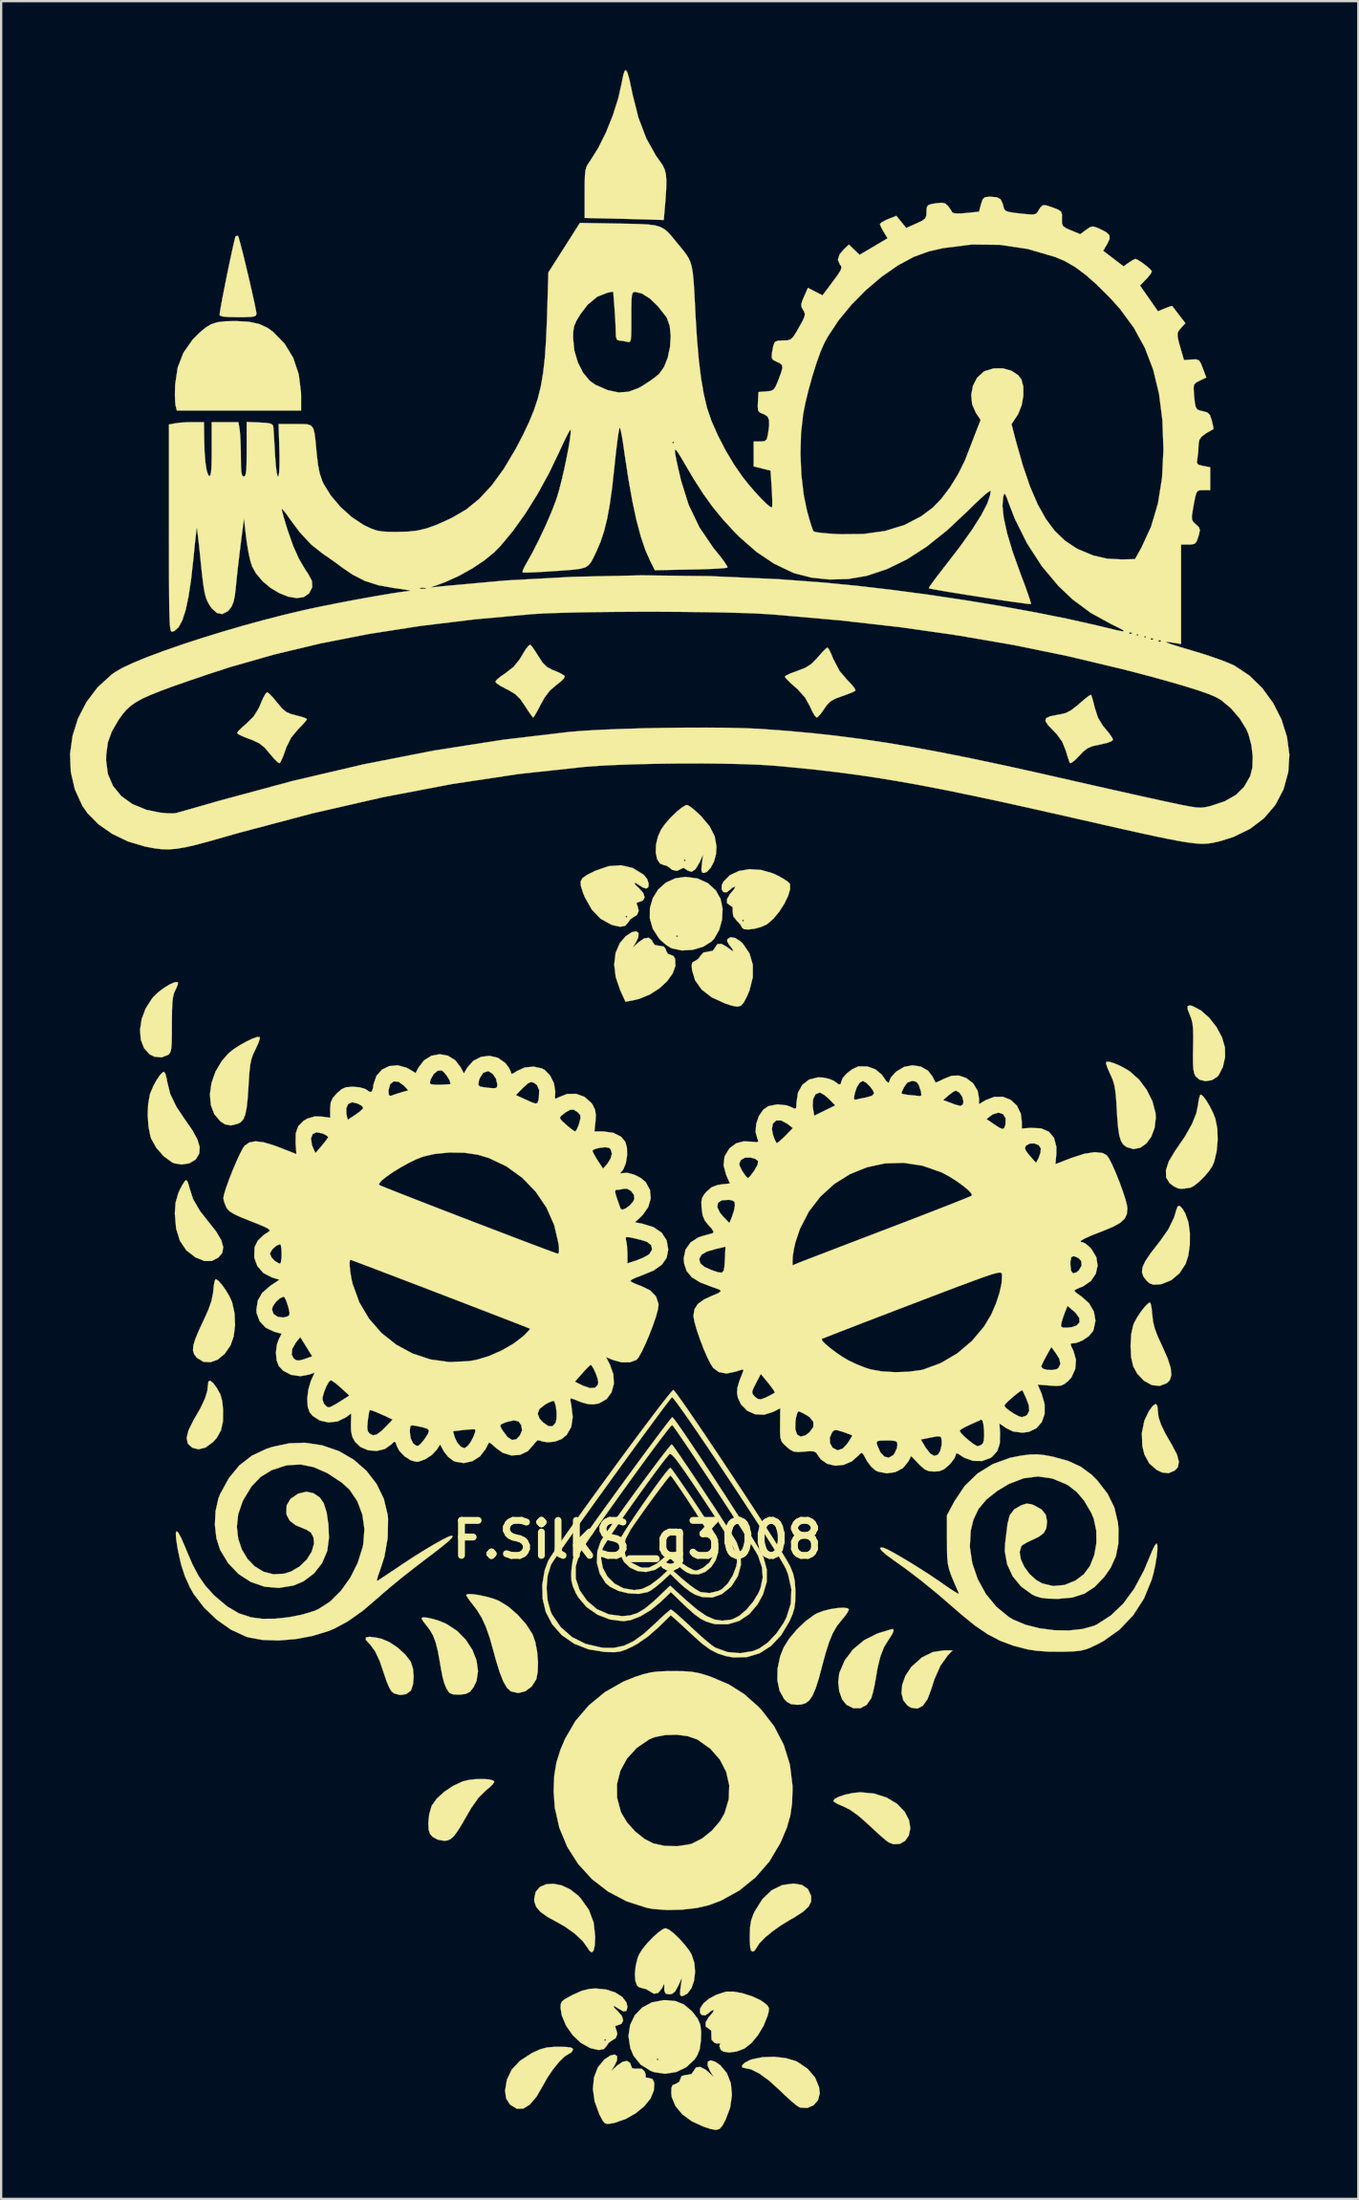
<source format=kicad_pcb>
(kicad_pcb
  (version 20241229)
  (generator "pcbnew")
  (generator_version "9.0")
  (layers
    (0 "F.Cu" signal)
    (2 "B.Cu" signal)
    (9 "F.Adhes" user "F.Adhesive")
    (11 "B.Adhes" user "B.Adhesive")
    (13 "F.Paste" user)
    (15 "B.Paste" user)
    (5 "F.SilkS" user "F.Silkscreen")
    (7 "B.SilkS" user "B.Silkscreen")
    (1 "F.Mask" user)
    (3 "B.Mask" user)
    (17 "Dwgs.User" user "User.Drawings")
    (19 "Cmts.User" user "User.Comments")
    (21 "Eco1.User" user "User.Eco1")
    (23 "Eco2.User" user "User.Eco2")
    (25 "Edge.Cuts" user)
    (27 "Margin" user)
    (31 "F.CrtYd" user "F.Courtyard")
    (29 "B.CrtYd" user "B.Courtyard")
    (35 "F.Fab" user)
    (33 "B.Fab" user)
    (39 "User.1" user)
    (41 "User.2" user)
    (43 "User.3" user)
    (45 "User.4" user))
  (footprint "F.SilkS_g3008"
    (layer "F.Cu")
    (at 24.72 64.024)
    (property "Reference" "F.SilkS_g3008" (at 0 0 0) (layer "F.SilkS") (effects (font (size 1.524 1.524) (thickness 0.3))))
    (attr through_hole)
    (fp_poly (pts (xy 13.529 5.059) (xy 13.217 5.497) (xy 12.953 6.095) (xy 12.827 6.492) (xy 12.66 6.945) (xy 12.456 7.236) (xy 12.22 7.364) (xy 11.951 7.328) (xy 11.794 7.239) (xy 11.601 7.007) (xy 11.522 6.69) (xy 11.555 6.32) (xy 11.695 5.933) (xy 11.94 5.563) (xy 11.963 5.538) (xy 12.406 5.139) (xy 12.891 4.901) (xy 13.372 4.828) (xy 13.748 4.826) (xy 13.529 5.059)) (stroke (width 0.01) (type solid)) (fill yes) (layer "F.SilkS"))
    (fp_poly (pts (xy 22.672 -5.826) (xy 22.693 -5.609) (xy 22.726 -5.333) (xy 22.832 -5.012) (xy 23.022 -4.619) (xy 23.308 -4.124) (xy 23.315 -4.111) (xy 23.529 -3.703) (xy 23.612 -3.387) (xy 23.566 -3.152) (xy 23.434 -3.01) (xy 23.161 -2.892) (xy 22.872 -2.925) (xy 22.645 -3.036) (xy 22.321 -3.318) (xy 22.11 -3.706) (xy 22.019 -4.075) (xy 21.999 -4.643) (xy 22.109 -5.185) (xy 22.312 -5.606) (xy 22.487 -5.837) (xy 22.605 -5.911) (xy 22.672 -5.826)) (stroke (width 0.01) (type solid)) (fill yes) (layer "F.SilkS"))
    (fp_poly (pts (xy -18.471 -6.809) (xy -18.312 -6.592) (xy -18.168 -6.328) (xy -18.086 -6.039) (xy -18.048 -5.669) (xy -18.053 -5.154) (xy -18.14 -4.754) (xy -18.323 -4.428) (xy -18.48 -4.254) (xy -18.809 -4.01) (xy -19.12 -3.932) (xy -19.389 -4.002) (xy -19.579 -4.172) (xy -19.634 -4.424) (xy -19.553 -4.762) (xy -19.337 -5.195) (xy -19.314 -5.235) (xy -19.024 -5.743) (xy -18.834 -6.148) (xy -18.734 -6.472) (xy -18.711 -6.686) (xy -18.686 -6.883) (xy -18.607 -6.924) (xy -18.471 -6.809)) (stroke (width 0.01) (type solid)) (fill yes) (layer "F.SilkS"))
    (fp_poly (pts (xy -16.93 -53.056) (xy -16.483 -52.962) (xy -16.107 -52.788) (xy -15.869 -52.618) (xy -15.364 -52.1) (xy -14.989 -51.479) (xy -14.75 -50.766) (xy -14.65 -49.973) (xy -14.647 -49.809) (xy -14.647 -49.191) (xy -20.063 -49.191) (xy -20.117 -49.408) (xy -20.138 -49.593) (xy -20.146 -49.89) (xy -20.138 -50.242) (xy -20.134 -50.331) (xy -20.025 -51.062) (xy -19.774 -51.706) (xy -19.374 -52.278) (xy -19.096 -52.56) (xy -18.822 -52.792) (xy -18.572 -52.945) (xy -18.299 -53.034) (xy -17.954 -53.076) (xy -17.494 -53.086) (xy -16.93 -53.056)) (stroke (width 0.01) (type solid)) (fill yes) (layer "F.SilkS"))
    (fp_poly (pts (xy -3.289 15.068) (xy -2.923 15.238) (xy -2.577 15.506) (xy -2.464 15.625) (xy -2.101 16.139) (xy -1.894 16.692) (xy -1.83 17.293) (xy -1.846 17.671) (xy -1.897 17.905) (xy -1.976 17.987) (xy -2.081 17.912) (xy -2.146 17.805) (xy -2.372 17.493) (xy -2.718 17.168) (xy -3.145 16.863) (xy -3.456 16.687) (xy -3.906 16.44) (xy -4.214 16.22) (xy -4.398 16.005) (xy -4.479 15.778) (xy -4.487 15.662) (xy -4.422 15.352) (xy -4.242 15.138) (xy -3.975 15.019) (xy -3.649 14.995) (xy -3.289 15.068)) (stroke (width 0.01) (type solid)) (fill yes) (layer "F.SilkS"))
    (fp_poly (pts (xy -19.592 -15.589) (xy -19.532 -15.404) (xy -19.52 -15.346) (xy -19.359 -14.841) (xy -19.049 -14.309) (xy -18.716 -13.885) (xy -18.353 -13.426) (xy -18.128 -13.048) (xy -18.04 -12.738) (xy -18.085 -12.486) (xy -18.257 -12.283) (xy -18.545 -12.136) (xy -18.863 -12.137) (xy -19.235 -12.287) (xy -19.259 -12.301) (xy -19.653 -12.607) (xy -19.929 -13.02) (xy -20.094 -13.549) (xy -20.149 -14.201) (xy -20.149 -14.224) (xy -20.116 -14.683) (xy -20.001 -15.082) (xy -19.942 -15.219) (xy -19.818 -15.458) (xy -19.71 -15.62) (xy -19.656 -15.663) (xy -19.592 -15.589)) (stroke (width 0.01) (type solid)) (fill yes) (layer "F.SilkS"))
    (fp_poly (pts (xy 23.773 -14.408) (xy 23.894 -14.203) (xy 24.026 -13.826) (xy 24.091 -13.353) (xy 24.089 -12.846) (xy 24.021 -12.365) (xy 23.906 -12.013) (xy 23.641 -11.605) (xy 23.283 -11.303) (xy 22.87 -11.134) (xy 22.754 -11.115) (xy 22.498 -11.106) (xy 22.328 -11.168) (xy 22.204 -11.279) (xy 22.063 -11.464) (xy 22.003 -11.652) (xy 22.029 -11.867) (xy 22.151 -12.131) (xy 22.376 -12.466) (xy 22.71 -12.897) (xy 22.765 -12.964) (xy 23.148 -13.507) (xy 23.405 -14.034) (xy 23.492 -14.33) (xy 23.557 -14.513) (xy 23.648 -14.54) (xy 23.773 -14.408)) (stroke (width 0.01) (type solid)) (fill yes) (layer "F.SilkS"))
    (fp_poly (pts (xy -11.365 4.274) (xy -11.13 4.328) (xy -10.796 4.469) (xy -10.437 4.71) (xy -10.112 5.004) (xy -9.881 5.303) (xy -9.861 5.339) (xy -9.771 5.624) (xy -9.741 5.97) (xy -9.768 6.306) (xy -9.854 6.562) (xy -9.868 6.585) (xy -10.063 6.731) (xy -10.323 6.773) (xy -10.58 6.708) (xy -10.695 6.626) (xy -10.792 6.473) (xy -10.907 6.211) (xy -11.015 5.897) (xy -11.019 5.885) (xy -11.215 5.304) (xy -11.415 4.876) (xy -11.627 4.584) (xy -11.675 4.538) (xy -11.825 4.367) (xy -11.822 4.266) (xy -11.668 4.234) (xy -11.365 4.274)) (stroke (width 0.01) (type solid)) (fill yes) (layer "F.SilkS"))
    (fp_poly (pts (xy 6.481 22.592) (xy 6.911 22.719) (xy 6.985 22.754) (xy 7.432 23.058) (xy 7.752 23.433) (xy 7.928 23.856) (xy 7.959 24.126) (xy 7.884 24.421) (xy 7.691 24.643) (xy 7.422 24.762) (xy 7.123 24.748) (xy 7.062 24.727) (xy 6.93 24.639) (xy 6.714 24.458) (xy 6.445 24.214) (xy 6.224 24.001) (xy 5.749 23.57) (xy 5.321 23.259) (xy 4.955 23.078) (xy 4.72 23.031) (xy 4.58 22.996) (xy 4.574 22.91) (xy 4.685 22.799) (xy 4.896 22.686) (xy 5.006 22.645) (xy 5.462 22.551) (xy 5.976 22.534) (xy 6.481 22.592)) (stroke (width 0.01) (type solid)) (fill yes) (layer "F.SilkS"))
    (fp_poly (pts (xy 10.337 11.068) (xy 10.87 11.239) (xy 11.321 11.508) (xy 11.662 11.86) (xy 11.852 12.229) (xy 11.906 12.583) (xy 11.84 12.89) (xy 11.68 13.125) (xy 11.448 13.26) (xy 11.17 13.271) (xy 10.964 13.192) (xy 10.836 13.097) (xy 10.619 12.911) (xy 10.346 12.665) (xy 10.11 12.444) (xy 9.668 12.05) (xy 9.298 11.782) (xy 8.998 11.631) (xy 8.757 11.528) (xy 8.594 11.433) (xy 8.553 11.388) (xy 8.612 11.298) (xy 8.797 11.202) (xy 9.066 11.114) (xy 9.378 11.046) (xy 9.691 11.013) (xy 9.748 11.011) (xy 10.337 11.068)) (stroke (width 0.01) (type solid)) (fill yes) (layer "F.SilkS"))
    (fp_poly (pts (xy 24.2 -23.246) (xy 24.573 -23.052) (xy 24.935 -22.731) (xy 25.252 -22.326) (xy 25.492 -21.878) (xy 25.62 -21.434) (xy 25.625 -21.012) (xy 25.53 -20.594) (xy 25.354 -20.247) (xy 25.293 -20.172) (xy 25.058 -20.018) (xy 24.779 -19.972) (xy 24.515 -20.034) (xy 24.34 -20.184) (xy 24.282 -20.308) (xy 24.245 -20.487) (xy 24.228 -20.754) (xy 24.226 -21.14) (xy 24.232 -21.435) (xy 24.239 -21.903) (xy 24.231 -22.241) (xy 24.206 -22.488) (xy 24.158 -22.684) (xy 24.096 -22.842) (xy 23.995 -23.103) (xy 23.994 -23.241) (xy 24.095 -23.271) (xy 24.2 -23.246)) (stroke (width 0.01) (type solid)) (fill yes) (layer "F.SilkS"))
    (fp_poly (pts (xy 22.389 -10.252) (xy 22.426 -10.051) (xy 22.451 -9.792) (xy 22.488 -9.484) (xy 22.566 -9.178) (xy 22.702 -8.824) (xy 22.884 -8.43) (xy 23.12 -7.898) (xy 23.253 -7.483) (xy 23.284 -7.171) (xy 23.217 -6.946) (xy 23.095 -6.82) (xy 22.781 -6.696) (xy 22.441 -6.727) (xy 22.108 -6.91) (xy 22.068 -6.943) (xy 21.795 -7.232) (xy 21.622 -7.551) (xy 21.532 -7.944) (xy 21.507 -8.437) (xy 21.535 -8.946) (xy 21.619 -9.328) (xy 21.663 -9.44) (xy 21.798 -9.689) (xy 21.968 -9.943) (xy 22.142 -10.161) (xy 22.287 -10.301) (xy 22.35 -10.329) (xy 22.389 -10.252)) (stroke (width 0.01) (type solid)) (fill yes) (layer "F.SilkS"))
    (fp_poly (pts (xy -18.254 -11.277) (xy -18.096 -11.099) (xy -17.923 -10.855) (xy -17.766 -10.589) (xy -17.656 -10.342) (xy -17.655 -10.34) (xy -17.548 -9.858) (xy -17.525 -9.341) (xy -17.586 -8.851) (xy -17.723 -8.459) (xy -17.977 -8.093) (xy -18.276 -7.845) (xy -18.595 -7.727) (xy -18.906 -7.746) (xy -19.182 -7.914) (xy -19.189 -7.921) (xy -19.305 -8.067) (xy -19.358 -8.235) (xy -19.344 -8.449) (xy -19.258 -8.736) (xy -19.097 -9.122) (xy -18.903 -9.536) (xy -18.689 -10.009) (xy -18.555 -10.389) (xy -18.486 -10.721) (xy -18.473 -10.848) (xy -18.443 -11.112) (xy -18.403 -11.293) (xy -18.369 -11.345) (xy -18.254 -11.277)) (stroke (width 0.01) (type solid)) (fill yes) (layer "F.SilkS"))
    (fp_poly (pts (xy -3.081 22.106) (xy -2.886 22.132) (xy -2.803 22.183) (xy -2.794 22.219) (xy -2.864 22.342) (xy -2.956 22.392) (xy -3.156 22.515) (xy -3.402 22.756) (xy -3.665 23.079) (xy -3.916 23.449) (xy -4.092 23.764) (xy -4.389 24.275) (xy -4.68 24.618) (xy -4.964 24.791) (xy -5.243 24.796) (xy -5.515 24.632) (xy -5.55 24.6) (xy -5.711 24.344) (xy -5.755 24.008) (xy -5.683 23.57) (xy -5.668 23.514) (xy -5.464 23.09) (xy -5.105 22.708) (xy -4.602 22.381) (xy -4.553 22.356) (xy -4.229 22.21) (xy -3.946 22.131) (xy -3.621 22.101) (xy -3.415 22.098) (xy -3.081 22.106)) (stroke (width 0.01) (type solid)) (fill yes) (layer "F.SilkS"))
    (fp_poly (pts (xy 7.182 15.046) (xy 7.442 15.224) (xy 7.58 15.519) (xy 7.584 15.538) (xy 7.583 15.768) (xy 7.475 15.984) (xy 7.243 16.205) (xy 6.872 16.448) (xy 6.684 16.554) (xy 6.285 16.795) (xy 5.906 17.064) (xy 5.579 17.334) (xy 5.336 17.58) (xy 5.209 17.774) (xy 5.206 17.784) (xy 5.111 17.919) (xy 5.032 17.949) (xy 4.968 17.912) (xy 4.931 17.781) (xy 4.913 17.528) (xy 4.911 17.289) (xy 4.923 16.892) (xy 4.97 16.594) (xy 5.065 16.325) (xy 5.121 16.205) (xy 5.461 15.664) (xy 5.861 15.28) (xy 6.322 15.054) (xy 6.804 14.986) (xy 7.182 15.046)) (stroke (width 0.01) (type solid)) (fill yes) (layer "F.SilkS"))
    (fp_poly (pts (xy 11.18 3.954) (xy 11.123 4.109) (xy 10.985 4.325) (xy 10.966 4.351) (xy 10.761 4.683) (xy 10.601 5.093) (xy 10.474 5.616) (xy 10.413 5.98) (xy 10.35 6.338) (xy 10.277 6.665) (xy 10.208 6.896) (xy 10.201 6.915) (xy 10.006 7.198) (xy 9.736 7.346) (xy 9.427 7.348) (xy 9.12 7.196) (xy 8.933 6.955) (xy 8.81 6.61) (xy 8.765 6.216) (xy 8.809 5.83) (xy 8.812 5.816) (xy 9.044 5.269) (xy 9.413 4.783) (xy 9.893 4.384) (xy 10.454 4.101) (xy 10.571 4.061) (xy 10.849 3.977) (xy 11.054 3.917) (xy 11.143 3.895) (xy 11.18 3.954)) (stroke (width 0.01) (type solid)) (fill yes) (layer "F.SilkS"))
    (fp_poly (pts (xy -20.558 -20.283) (xy -20.503 -20.077) (xy -20.48 -19.93) (xy -20.348 -19.405) (xy -20.075 -18.843) (xy -19.725 -18.322) (xy -19.381 -17.826) (xy -19.162 -17.422) (xy -19.065 -17.093) (xy -19.085 -16.822) (xy -19.217 -16.592) (xy -19.258 -16.548) (xy -19.521 -16.392) (xy -19.854 -16.339) (xy -20.184 -16.396) (xy -20.278 -16.439) (xy -20.64 -16.707) (xy -20.956 -17.067) (xy -21.175 -17.456) (xy -21.212 -17.561) (xy -21.297 -17.992) (xy -21.331 -18.484) (xy -21.312 -18.968) (xy -21.24 -19.377) (xy -21.216 -19.453) (xy -21.094 -19.744) (xy -20.945 -20.019) (xy -20.795 -20.238) (xy -20.669 -20.362) (xy -20.616 -20.375) (xy -20.558 -20.283)) (stroke (width 0.01) (type solid)) (fill yes) (layer "F.SilkS"))
    (fp_poly (pts (xy -20.017 -24.278) (xy -20.022 -24.181) (xy -20.096 -23.999) (xy -20.123 -23.947) (xy -20.187 -23.805) (xy -20.23 -23.629) (xy -20.258 -23.387) (xy -20.273 -23.046) (xy -20.278 -22.576) (xy -20.278 -22.451) (xy -20.28 -21.97) (xy -20.287 -21.63) (xy -20.305 -21.403) (xy -20.336 -21.259) (xy -20.383 -21.172) (xy -20.442 -21.118) (xy -20.723 -21.009) (xy -21.037 -21.036) (xy -21.241 -21.135) (xy -21.491 -21.408) (xy -21.632 -21.776) (xy -21.666 -22.207) (xy -21.596 -22.671) (xy -21.423 -23.134) (xy -21.149 -23.564) (xy -21.082 -23.644) (xy -20.869 -23.849) (xy -20.617 -24.039) (xy -20.365 -24.192) (xy -20.154 -24.281) (xy -20.025 -24.285) (xy -20.017 -24.278)) (stroke (width 0.01) (type solid)) (fill yes) (layer "F.SilkS"))
    (fp_poly (pts (xy -16.446 -21.893) (xy -16.446 -21.893) (xy -16.453 -21.796) (xy -16.526 -21.595) (xy -16.635 -21.359) (xy -16.739 -21.139) (xy -16.812 -20.93) (xy -16.863 -20.69) (xy -16.899 -20.378) (xy -16.929 -19.952) (xy -16.939 -19.774) (xy -16.976 -19.212) (xy -17.023 -18.795) (xy -17.085 -18.5) (xy -17.17 -18.303) (xy -17.284 -18.179) (xy -17.403 -18.117) (xy -17.709 -18.041) (xy -17.961 -18.09) (xy -18.16 -18.218) (xy -18.428 -18.53) (xy -18.58 -18.932) (xy -18.62 -19.396) (xy -18.552 -19.89) (xy -18.378 -20.385) (xy -18.103 -20.85) (xy -17.811 -21.183) (xy -17.601 -21.353) (xy -17.331 -21.53) (xy -17.041 -21.693) (xy -16.77 -21.822) (xy -16.559 -21.895) (xy -16.446 -21.893)) (stroke (width 0.01) (type solid)) (fill yes) (layer "F.SilkS"))
    (fp_poly (pts (xy -9.141 3.406) (xy -8.884 3.463) (xy -8.6 3.553) (xy -8.332 3.666) (xy -8.306 3.679) (xy -7.847 3.98) (xy -7.468 4.365) (xy -7.182 4.803) (xy -7.001 5.268) (xy -6.936 5.73) (xy -7 6.161) (xy -7.136 6.443) (xy -7.287 6.63) (xy -7.458 6.721) (xy -7.715 6.756) (xy -8.007 6.748) (xy -8.177 6.683) (xy -8.188 6.672) (xy -8.307 6.493) (xy -8.401 6.274) (xy -8.482 5.975) (xy -8.561 5.56) (xy -8.59 5.385) (xy -8.684 4.865) (xy -8.781 4.474) (xy -8.897 4.172) (xy -9.046 3.92) (xy -9.174 3.755) (xy -9.314 3.575) (xy -9.392 3.447) (xy -9.398 3.427) (xy -9.326 3.39) (xy -9.141 3.406)) (stroke (width 0.01) (type solid)) (fill yes) (layer "F.SilkS"))
    (fp_poly (pts (xy -6.455 10.451) (xy -6.275 10.496) (xy -6.223 10.551) (xy -6.285 10.651) (xy -6.446 10.809) (xy -6.597 10.932) (xy -6.912 11.243) (xy -7.235 11.702) (xy -7.373 11.938) (xy -7.632 12.39) (xy -7.833 12.712) (xy -7.995 12.925) (xy -8.137 13.051) (xy -8.278 13.11) (xy -8.421 13.123) (xy -8.685 13.074) (xy -8.902 12.961) (xy -9.024 12.83) (xy -9.084 12.657) (xy -9.1 12.381) (xy -9.1 12.348) (xy -9.062 11.967) (xy -8.965 11.627) (xy -8.942 11.578) (xy -8.733 11.288) (xy -8.41 10.993) (xy -8.021 10.731) (xy -7.617 10.542) (xy -7.593 10.533) (xy -7.335 10.472) (xy -7.029 10.439) (xy -6.721 10.432) (xy -6.455 10.451)) (stroke (width 0.01) (type solid)) (fill yes) (layer "F.SilkS"))
    (fp_poly (pts (xy 2.633 -28.801) (xy 3.081 -28.598) (xy 3.43 -28.28) (xy 3.635 -27.913) (xy 3.724 -27.482) (xy 3.701 -27.014) (xy 3.577 -26.564) (xy 3.363 -26.187) (xy 3.244 -26.059) (xy 2.877 -25.828) (xy 2.426 -25.694) (xy 1.953 -25.666) (xy 1.522 -25.755) (xy 1.48 -25.772) (xy 1.265 -25.906) (xy 1.031 -26.11) (xy 0.954 -26.191) (xy 0.891 -26.289) (xy 1.693 -26.289) (xy 1.736 -26.247) (xy 1.778 -26.289) (xy 1.736 -26.331) (xy 1.693 -26.289) (xy 0.891 -26.289) (xy 0.682 -26.612) (xy 0.553 -27.062) (xy 0.557 -27.515) (xy 0.682 -27.943) (xy 0.916 -28.319) (xy 1.248 -28.618) (xy 1.666 -28.81) (xy 2.11 -28.871) (xy 2.633 -28.801)) (stroke (width 0.01) (type solid)) (fill yes) (layer "F.SilkS"))
    (fp_poly (pts (xy 20.778 -20.756) (xy 21.055 -20.637) (xy 21.347 -20.477) (xy 21.482 -20.39) (xy 21.875 -20.041) (xy 22.209 -19.594) (xy 22.457 -19.097) (xy 22.59 -18.599) (xy 22.606 -18.383) (xy 22.552 -17.932) (xy 22.408 -17.55) (xy 22.193 -17.256) (xy 21.928 -17.07) (xy 21.632 -17.012) (xy 21.326 -17.103) (xy 21.316 -17.109) (xy 21.184 -17.215) (xy 21.086 -17.375) (xy 21.014 -17.615) (xy 20.962 -17.961) (xy 20.923 -18.439) (xy 20.909 -18.688) (xy 20.88 -19.169) (xy 20.847 -19.522) (xy 20.802 -19.788) (xy 20.738 -20.008) (xy 20.647 -20.222) (xy 20.619 -20.28) (xy 20.506 -20.535) (xy 20.442 -20.727) (xy 20.44 -20.807) (xy 20.559 -20.819) (xy 20.778 -20.756)) (stroke (width 0.01) (type solid)) (fill yes) (layer "F.SilkS"))
    (fp_poly (pts (xy -17.395 -56.793) (xy -17.361 -56.698) (xy -17.297 -56.468) (xy -17.21 -56.135) (xy -17.109 -55.728) (xy -17.001 -55.278) (xy -16.892 -54.816) (xy -16.791 -54.374) (xy -16.703 -53.98) (xy -16.637 -53.667) (xy -16.6 -53.465) (xy -16.595 -53.413) (xy -16.61 -53.339) (xy -16.676 -53.293) (xy -16.825 -53.268) (xy -17.086 -53.257) (xy -17.399 -53.255) (xy -17.802 -53.262) (xy -18.056 -53.284) (xy -18.179 -53.324) (xy -18.199 -53.361) (xy -18.18 -53.505) (xy -18.134 -53.773) (xy -18.066 -54.137) (xy -17.982 -54.563) (xy -17.89 -55.024) (xy -17.794 -55.487) (xy -17.702 -55.922) (xy -17.62 -56.298) (xy -17.554 -56.585) (xy -17.51 -56.753) (xy -17.498 -56.782) (xy -17.406 -56.802) (xy -17.395 -56.793)) (stroke (width 0.01) (type solid)) (fill yes) (layer "F.SilkS"))
    (fp_poly (pts (xy 1.674 20.108) (xy 2.032 20.251) (xy 2.358 20.522) (xy 2.442 20.614) (xy 2.639 20.874) (xy 2.751 21.131) (xy 2.791 21.443) (xy 2.778 21.839) (xy 2.725 22.206) (xy 2.612 22.487) (xy 2.503 22.649) (xy 2.146 22.985) (xy 1.706 23.196) (xy 1.223 23.273) (xy 0.74 23.203) (xy 0.593 23.148) (xy 0.155 22.874) (xy -0.027 22.648) (xy 0.847 22.648) (xy 0.889 22.691) (xy 0.931 22.648) (xy 0.889 22.606) (xy 0.847 22.648) (xy -0.027 22.648) (xy -0.156 22.488) (xy -0.299 22.148) (xy -0.377 21.627) (xy -0.305 21.145) (xy -0.101 20.725) (xy 0.219 20.39) (xy 0.639 20.164) (xy 1.142 20.068) (xy 1.222 20.066) (xy 1.674 20.108)) (stroke (width 0.01) (type solid)) (fill yes) (layer "F.SilkS"))
    (fp_poly (pts (xy 0.06 -26.425) (xy 0.052 -26.242) (xy -0.059 -26.011) (xy -0.202 -25.781) (xy 0.06 -26.022) (xy 0.304 -26.19) (xy 0.507 -26.22) (xy 0.644 -26.111) (xy 0.674 -26.035) (xy 0.771 -25.903) (xy 0.974 -25.866) (xy 1.165 -25.836) (xy 1.246 -25.722) (xy 1.255 -25.675) (xy 1.338 -25.516) (xy 1.44 -25.485) (xy 1.59 -25.414) (xy 1.652 -25.313) (xy 1.669 -24.996) (xy 1.545 -24.658) (xy 1.304 -24.323) (xy 0.967 -24.013) (xy 0.559 -23.752) (xy 0.102 -23.562) (xy -0.191 -23.49) (xy -0.509 -23.434) (xy -0.736 -23.93) (xy -0.932 -24.501) (xy -0.999 -25.052) (xy -0.938 -25.558) (xy -0.753 -25.991) (xy -0.495 -26.287) (xy -0.234 -26.46) (xy -0.042 -26.501) (xy 0.06 -26.425)) (stroke (width 0.01) (type solid)) (fill yes) (layer "F.SilkS"))
    (fp_poly (pts (xy 9.171 2.992) (xy 9.229 3.047) (xy 9.175 3.167) (xy 9.039 3.357) (xy 8.926 3.489) (xy 8.712 3.76) (xy 8.53 4.073) (xy 8.368 4.461) (xy 8.21 4.957) (xy 8.079 5.443) (xy 7.922 6.036) (xy 7.781 6.481) (xy 7.644 6.799) (xy 7.5 7.009) (xy 7.335 7.132) (xy 7.138 7.188) (xy 6.979 7.197) (xy 6.713 7.171) (xy 6.527 7.07) (xy 6.405 6.942) (xy 6.208 6.586) (xy 6.113 6.134) (xy 6.121 5.624) (xy 6.232 5.096) (xy 6.389 4.699) (xy 6.628 4.316) (xy 6.962 3.918) (xy 7.342 3.556) (xy 7.718 3.281) (xy 7.847 3.21) (xy 8.11 3.11) (xy 8.416 3.033) (xy 8.723 2.985) (xy 8.988 2.969) (xy 9.171 2.992)) (stroke (width 0.01) (type solid)) (fill yes) (layer "F.SilkS"))
    (fp_poly (pts (xy 24.665 -19.317) (xy 24.806 -19.131) (xy 24.961 -18.871) (xy 25.105 -18.58) (xy 25.199 -18.341) (xy 25.286 -17.913) (xy 25.303 -17.413) (xy 25.256 -16.906) (xy 25.149 -16.459) (xy 25.073 -16.279) (xy 24.924 -16.051) (xy 24.712 -15.804) (xy 24.478 -15.576) (xy 24.259 -15.404) (xy 24.095 -15.326) (xy 24.079 -15.325) (xy 23.9 -15.302) (xy 23.862 -15.292) (xy 23.688 -15.284) (xy 23.58 -15.301) (xy 23.396 -15.387) (xy 23.212 -15.524) (xy 23.059 -15.772) (xy 23.048 -16.096) (xy 23.176 -16.484) (xy 23.441 -16.921) (xy 23.442 -16.923) (xy 23.876 -17.558) (xy 24.183 -18.103) (xy 24.372 -18.572) (xy 24.444 -18.92) (xy 24.482 -19.176) (xy 24.529 -19.346) (xy 24.562 -19.389) (xy 24.665 -19.317)) (stroke (width 0.01) (type solid)) (fill yes) (layer "F.SilkS"))
    (fp_poly (pts (xy -7.182 2.378) (xy -6.909 2.416) (xy -6.599 2.482) (xy -6.293 2.567) (xy -6.033 2.666) (xy -6.033 2.666) (xy -5.624 2.915) (xy -5.21 3.273) (xy -4.841 3.689) (xy -4.567 4.113) (xy -4.554 4.138) (xy -4.437 4.476) (xy -4.358 4.897) (xy -4.321 5.343) (xy -4.332 5.755) (xy -4.394 6.073) (xy -4.405 6.102) (xy -4.603 6.409) (xy -4.876 6.609) (xy -5.185 6.684) (xy -5.489 6.616) (xy -5.525 6.597) (xy -5.679 6.45) (xy -5.832 6.183) (xy -5.991 5.782) (xy -6.16 5.233) (xy -6.251 4.896) (xy -6.423 4.286) (xy -6.59 3.805) (xy -6.77 3.413) (xy -6.98 3.072) (xy -7.166 2.828) (xy -7.326 2.621) (xy -7.429 2.465) (xy -7.451 2.414) (xy -7.377 2.375) (xy -7.182 2.378)) (stroke (width 0.01) (type solid)) (fill yes) (layer "F.SilkS"))
    (fp_poly (pts (xy 3.399 22.748) (xy 3.628 22.905) (xy 3.916 23.253) (xy 4.085 23.695) (xy 4.132 24.201) (xy 4.054 24.743) (xy 3.861 25.263) (xy 3.721 25.527) (xy 3.594 25.675) (xy 3.434 25.72) (xy 3.199 25.677) (xy 2.896 25.578) (xy 2.382 25.343) (xy 1.965 25.035) (xy 1.668 24.677) (xy 1.509 24.289) (xy 1.489 24.113) (xy 1.497 23.88) (xy 1.547 23.766) (xy 1.662 23.723) (xy 1.667 23.723) (xy 1.835 23.625) (xy 1.879 23.511) (xy 1.94 23.374) (xy 2.103 23.327) (xy 2.159 23.326) (xy 2.368 23.285) (xy 2.459 23.157) (xy 2.566 22.996) (xy 2.747 22.974) (xy 2.978 23.091) (xy 3.073 23.17) (xy 3.335 23.41) (xy 3.191 23.18) (xy 3.072 22.918) (xy 3.08 22.75) (xy 3.196 22.688) (xy 3.399 22.748)) (stroke (width 0.01) (type solid)) (fill yes) (layer "F.SilkS"))
    (fp_poly (pts (xy 4.279 -26.206) (xy 4.516 -26.051) (xy 4.612 -25.958) (xy 4.897 -25.537) (xy 5.041 -25.043) (xy 5.04 -24.497) (xy 4.895 -23.919) (xy 4.777 -23.643) (xy 4.643 -23.393) (xy 4.516 -23.255) (xy 4.354 -23.217) (xy 4.112 -23.265) (xy 3.837 -23.356) (xy 3.256 -23.619) (xy 2.818 -23.958) (xy 2.527 -24.364) (xy 2.394 -24.807) (xy 2.376 -25.036) (xy 2.413 -25.15) (xy 2.51 -25.198) (xy 2.672 -25.306) (xy 2.755 -25.426) (xy 2.888 -25.574) (xy 3.09 -25.612) (xy 3.299 -25.653) (xy 3.39 -25.781) (xy 3.494 -25.941) (xy 3.672 -25.954) (xy 3.918 -25.817) (xy 3.985 -25.764) (xy 4.144 -25.647) (xy 4.192 -25.65) (xy 4.128 -25.764) (xy 4 -25.924) (xy 3.925 -26.073) (xy 3.934 -26.157) (xy 4.073 -26.244) (xy 4.279 -26.206)) (stroke (width 0.01) (type solid)) (fill yes) (layer "F.SilkS"))
    (fp_poly (pts (xy -0.426 -63.915) (xy -0.35 -63.658) (xy -0.258 -63.242) (xy -0.208 -62.992) (xy 0.053 -61.954) (xy 0.395 -61.052) (xy 0.817 -60.294) (xy 0.969 -60.083) (xy 1.104 -59.888) (xy 1.198 -59.697) (xy 1.253 -59.476) (xy 1.274 -59.194) (xy 1.265 -58.818) (xy 1.23 -58.317) (xy 1.215 -58.136) (xy 1.16 -57.489) (xy 0.601 -57.507) (xy 0.299 -57.516) (xy -0.119 -57.528) (xy -0.599 -57.54) (xy -1.088 -57.551) (xy -1.122 -57.552) (xy -2.286 -57.578) (xy -2.286 -58.66) (xy -2.285 -59.107) (xy -2.276 -59.421) (xy -2.254 -59.639) (xy -2.213 -59.795) (xy -2.145 -59.926) (xy -2.046 -60.069) (xy -2.042 -60.075) (xy -1.688 -60.637) (xy -1.352 -61.315) (xy -1.055 -62.058) (xy -0.816 -62.814) (xy -0.67 -63.465) (xy -0.607 -63.788) (xy -0.548 -63.974) (xy -0.49 -64.019) (xy -0.426 -63.915)) (stroke (width 0.01) (type solid)) (fill yes) (layer "F.SilkS"))
    (fp_poly (pts (xy 19.783 -36.803) (xy 19.822 -36.705) (xy 19.883 -36.491) (xy 19.946 -36.236) (xy 20.085 -35.808) (xy 20.301 -35.453) (xy 20.406 -35.327) (xy 20.586 -35.107) (xy 20.708 -34.927) (xy 20.743 -34.843) (xy 20.666 -34.777) (xy 20.46 -34.703) (xy 20.182 -34.639) (xy 19.859 -34.569) (xy 19.637 -34.479) (xy 19.448 -34.334) (xy 19.265 -34.143) (xy 19.075 -33.952) (xy 18.93 -33.841) (xy 18.863 -33.83) (xy 18.816 -33.95) (xy 18.742 -34.177) (xy 18.683 -34.375) (xy 18.529 -34.76) (xy 18.284 -35.095) (xy 18.165 -35.218) (xy 17.911 -35.482) (xy 17.795 -35.664) (xy 17.823 -35.785) (xy 18.004 -35.868) (xy 18.344 -35.935) (xy 18.416 -35.946) (xy 18.68 -36.009) (xy 18.92 -36.133) (xy 19.195 -36.348) (xy 19.281 -36.424) (xy 19.509 -36.621) (xy 19.686 -36.756) (xy 19.778 -36.804) (xy 19.783 -36.803)) (stroke (width 0.01) (type solid)) (fill yes) (layer "F.SilkS"))
    (fp_poly (pts (xy -16.036 -36.852) (xy -15.878 -36.689) (xy -15.69 -36.464) (xy -15.479 -36.211) (xy -15.299 -36.058) (xy -15.091 -35.966) (xy -14.866 -35.908) (xy -14.611 -35.841) (xy -14.439 -35.777) (xy -14.393 -35.741) (xy -14.449 -35.654) (xy -14.595 -35.489) (xy -14.773 -35.308) (xy -15.076 -34.946) (xy -15.286 -34.526) (xy -15.33 -34.402) (xy -15.43 -34.123) (xy -15.521 -33.915) (xy -15.579 -33.824) (xy -15.663 -33.863) (xy -15.814 -34.008) (xy -16.001 -34.227) (xy -16.007 -34.235) (xy -16.242 -34.509) (xy -16.467 -34.688) (xy -16.753 -34.825) (xy -16.902 -34.88) (xy -17.173 -34.985) (xy -17.367 -35.078) (xy -17.441 -35.138) (xy -17.441 -35.138) (xy -17.381 -35.223) (xy -17.224 -35.379) (xy -17.024 -35.555) (xy -16.709 -35.867) (xy -16.493 -36.217) (xy -16.41 -36.41) (xy -16.297 -36.67) (xy -16.194 -36.852) (xy -16.128 -36.915) (xy -16.036 -36.852)) (stroke (width 0.01) (type solid)) (fill yes) (layer "F.SilkS"))
    (fp_poly (pts (xy -0.871 22.513) (xy -0.879 22.695) (xy -0.99 22.926) (xy -1.133 23.156) (xy -0.871 22.916) (xy -0.634 22.752) (xy -0.435 22.715) (xy -0.304 22.806) (xy -0.271 22.909) (xy -0.218 23.032) (xy -0.077 23.056) (xy -0.004 23.048) (xy 0.207 23.059) (xy 0.328 23.179) (xy 0.378 23.332) (xy 0.364 23.399) (xy 0.391 23.44) (xy 0.497 23.453) (xy 0.673 23.509) (xy 0.748 23.684) (xy 0.727 23.991) (xy 0.724 24.009) (xy 0.583 24.353) (xy 0.307 24.691) (xy -0.068 24.998) (xy -0.509 25.247) (xy -0.981 25.41) (xy -1.114 25.437) (xy -1.289 25.459) (xy -1.404 25.43) (xy -1.5 25.319) (xy -1.619 25.092) (xy -1.649 25.031) (xy -1.851 24.48) (xy -1.927 23.937) (xy -1.879 23.431) (xy -1.709 22.991) (xy -1.427 22.651) (xy -1.166 22.478) (xy -0.974 22.436) (xy -0.871 22.513)) (stroke (width 0.01) (type solid)) (fill yes) (layer "F.SilkS"))
    (fp_poly (pts (xy 8.357 -38.789) (xy 8.452 -38.599) (xy 8.547 -38.366) (xy 8.826 -37.837) (xy 9.146 -37.463) (xy 9.347 -37.251) (xy 9.481 -37.083) (xy 9.521 -36.993) (xy 9.52 -36.992) (xy 9.425 -36.935) (xy 9.215 -36.846) (xy 8.936 -36.746) (xy 8.621 -36.629) (xy 8.414 -36.508) (xy 8.256 -36.341) (xy 8.153 -36.19) (xy 8.004 -35.978) (xy 7.877 -35.841) (xy 7.826 -35.814) (xy 7.748 -35.886) (xy 7.638 -36.073) (xy 7.543 -36.28) (xy 7.325 -36.678) (xy 7.006 -37.036) (xy 6.892 -37.137) (xy 6.666 -37.339) (xy 6.503 -37.502) (xy 6.435 -37.592) (xy 6.435 -37.595) (xy 6.509 -37.654) (xy 6.703 -37.743) (xy 6.976 -37.843) (xy 6.982 -37.845) (xy 7.33 -37.981) (xy 7.585 -38.142) (xy 7.823 -38.379) (xy 7.879 -38.445) (xy 8.069 -38.66) (xy 8.22 -38.811) (xy 8.295 -38.862) (xy 8.357 -38.789)) (stroke (width 0.01) (type solid)) (fill yes) (layer "F.SilkS"))
    (fp_poly (pts (xy -4.655 -38.988) (xy -4.574 -38.895) (xy -4.439 -38.699) (xy -4.3 -38.476) (xy -4.114 -38.196) (xy -3.936 -38.02) (xy -3.707 -37.896) (xy -3.602 -37.855) (xy -3.36 -37.75) (xy -3.194 -37.652) (xy -3.151 -37.605) (xy -3.198 -37.511) (xy -3.351 -37.362) (xy -3.516 -37.235) (xy -3.802 -36.991) (xy -4.038 -36.679) (xy -4.201 -36.386) (xy -4.344 -36.113) (xy -4.459 -35.91) (xy -4.525 -35.817) (xy -4.53 -35.814) (xy -4.592 -35.88) (xy -4.716 -36.054) (xy -4.875 -36.3) (xy -4.884 -36.314) (xy -5.095 -36.619) (xy -5.303 -36.825) (xy -5.573 -36.992) (xy -5.689 -37.049) (xy -5.942 -37.183) (xy -6.119 -37.302) (xy -6.18 -37.375) (xy -6.114 -37.464) (xy -5.941 -37.607) (xy -5.733 -37.751) (xy -5.388 -38.018) (xy -5.122 -38.347) (xy -5.009 -38.536) (xy -4.86 -38.78) (xy -4.733 -38.942) (xy -4.656 -38.988) (xy -4.655 -38.988)) (stroke (width 0.01) (type solid)) (fill yes) (layer "F.SilkS"))
    (fp_poly (pts (xy 1.389 16.996) (xy 1.602 17.162) (xy 1.845 17.395) (xy 2.082 17.66) (xy 2.279 17.922) (xy 2.377 18.09) (xy 2.494 18.452) (xy 2.525 18.84) (xy 2.48 19.217) (xy 2.366 19.544) (xy 2.191 19.78) (xy 1.991 19.884) (xy 1.904 19.882) (xy 1.871 19.806) (xy 1.882 19.618) (xy 1.897 19.503) (xy 1.953 19.092) (xy 1.785 19.452) (xy 1.655 19.685) (xy 1.526 19.792) (xy 1.401 19.812) (xy 1.242 19.782) (xy 1.187 19.657) (xy 1.184 19.579) (xy 1.183 19.346) (xy 1.076 19.557) (xy 0.918 19.75) (xy 0.731 19.787) (xy 0.567 19.689) (xy 0.386 19.581) (xy 0.27 19.558) (xy 0.079 19.498) (xy 0.002 19.434) (xy -0.076 19.234) (xy -0.097 18.931) (xy -0.064 18.581) (xy 0.019 18.239) (xy 0.087 18.073) (xy 0.232 17.841) (xy 0.445 17.579) (xy 0.691 17.323) (xy 0.933 17.107) (xy 1.137 16.967) (xy 1.24 16.933) (xy 1.389 16.996)) (stroke (width 0.01) (type solid)) (fill yes) (layer "F.SilkS"))
    (fp_poly (pts (xy 4.589 19.765) (xy 4.99 19.892) (xy 5.349 20.054) (xy 5.541 20.18) (xy 5.692 20.313) (xy 5.748 20.428) (xy 5.727 20.594) (xy 5.683 20.753) (xy 5.511 21.182) (xy 5.265 21.593) (xy 4.977 21.938) (xy 4.684 22.168) (xy 4.66 22.181) (xy 4.332 22.304) (xy 4.015 22.347) (xy 3.76 22.307) (xy 3.644 22.229) (xy 3.587 22.074) (xy 3.605 21.996) (xy 3.626 21.931) (xy 3.601 21.947) (xy 3.482 21.96) (xy 3.367 21.918) (xy 3.244 21.79) (xy 3.236 21.588) (xy 3.231 21.397) (xy 3.13 21.311) (xy 3.117 21.307) (xy 2.986 21.209) (xy 2.987 21.035) (xy 3.116 20.811) (xy 3.191 20.727) (xy 3.313 20.579) (xy 3.343 20.496) (xy 3.328 20.489) (xy 3.204 20.548) (xy 3.133 20.616) (xy 2.969 20.73) (xy 2.814 20.712) (xy 2.74 20.616) (xy 2.748 20.419) (xy 2.891 20.206) (xy 3.139 20.001) (xy 3.464 19.828) (xy 3.835 19.709) (xy 3.903 19.695) (xy 4.205 19.694) (xy 4.589 19.765)) (stroke (width 0.01) (type solid)) (fill yes) (layer "F.SilkS"))
    (fp_poly (pts (xy -1.349 19.604) (xy -0.955 19.732) (xy -0.651 19.924) (xy -0.467 20.165) (xy -0.423 20.362) (xy -0.468 20.532) (xy -0.598 20.557) (xy -0.799 20.444) (xy -0.976 20.331) (xy -1.036 20.332) (xy -0.972 20.429) (xy -0.849 20.543) (xy -0.666 20.752) (xy -0.608 20.947) (xy -0.677 21.093) (xy -0.823 21.151) (xy -0.953 21.193) (xy -0.939 21.29) (xy -0.915 21.33) (xy -0.862 21.541) (xy -0.94 21.727) (xy -1.083 21.815) (xy -1.235 21.919) (xy -1.316 22.04) (xy -1.451 22.198) (xy -1.676 22.239) (xy -2.008 22.164) (xy -2.064 22.145) (xy -2.455 21.926) (xy -2.586 21.802) (xy -1.439 21.802) (xy -1.397 21.844) (xy -1.355 21.802) (xy -1.397 21.759) (xy -1.439 21.802) (xy -2.586 21.802) (xy -2.812 21.587) (xy -3.099 21.174) (xy -3.284 20.733) (xy -3.336 20.412) (xy -3.331 20.25) (xy -3.285 20.134) (xy -3.164 20.03) (xy -2.937 19.902) (xy -2.802 19.833) (xy -2.416 19.661) (xy -2.086 19.577) (xy -1.804 19.558) (xy -1.349 19.604)) (stroke (width 0.01) (type solid)) (fill yes) (layer "F.SilkS"))
    (fp_poly (pts (xy -0.193 -29.258) (xy 0.258 -28.984) (xy 0.318 -28.931) (xy 0.443 -28.762) (xy 0.502 -28.574) (xy 0.489 -28.423) (xy 0.397 -28.363) (xy 0.247 -28.411) (xy 0.122 -28.488) (xy -0.057 -28.603) (xy -0.121 -28.605) (xy -0.062 -28.511) (xy 0.077 -28.382) (xy 0.266 -28.17) (xy 0.326 -27.98) (xy 0.253 -27.841) (xy 0.108 -27.786) (xy -0.022 -27.745) (xy -0.007 -27.646) (xy 0.016 -27.607) (xy 0.069 -27.396) (xy -0.008 -27.21) (xy -0.152 -27.122) (xy -0.304 -27.018) (xy -0.384 -26.898) (xy -0.52 -26.739) (xy -0.746 -26.698) (xy -1.079 -26.774) (xy -1.13 -26.792) (xy -1.593 -27.048) (xy -1.677 -27.136) (xy -0.508 -27.136) (xy -0.466 -27.093) (xy -0.423 -27.136) (xy -0.466 -27.178) (xy -0.508 -27.136) (xy -1.677 -27.136) (xy -1.98 -27.452) (xy -2.285 -27.996) (xy -2.371 -28.216) (xy -2.453 -28.481) (xy -2.464 -28.669) (xy -2.382 -28.815) (xy -2.188 -28.954) (xy -1.861 -29.119) (xy -1.82 -29.139) (xy -1.244 -29.337) (xy -0.697 -29.376) (xy -0.193 -29.258)) (stroke (width 0.01) (type solid)) (fill yes) (layer "F.SilkS"))
    (fp_poly (pts (xy 2.291 -31.947) (xy 2.484 -31.797) (xy 2.72 -31.581) (xy 2.785 -31.517) (xy 3.16 -31.073) (xy 3.38 -30.638) (xy 3.458 -30.183) (xy 3.435 -29.854) (xy 3.348 -29.536) (xy 3.206 -29.266) (xy 3.037 -29.088) (xy 2.903 -29.041) (xy 2.826 -29.07) (xy 2.801 -29.184) (xy 2.821 -29.421) (xy 2.824 -29.443) (xy 2.876 -29.845) (xy 2.718 -29.498) (xy 2.547 -29.211) (xy 2.374 -29.093) (xy 2.199 -29.145) (xy 2.156 -29.183) (xy 2.023 -29.268) (xy 1.925 -29.221) (xy 1.731 -29.131) (xy 1.523 -29.179) (xy 1.439 -29.252) (xy 1.278 -29.361) (xy 1.185 -29.379) (xy 0.996 -29.453) (xy 0.907 -29.591) (xy 2.032 -29.591) (xy 2.074 -29.549) (xy 2.117 -29.591) (xy 2.074 -29.633) (xy 2.032 -29.591) (xy 0.907 -29.591) (xy 0.87 -29.649) (xy 0.812 -29.934) (xy 0.823 -30.272) (xy 0.907 -30.628) (xy 1.045 -30.931) (xy 1.22 -31.18) (xy 1.451 -31.444) (xy 1.703 -31.691) (xy 1.939 -31.885) (xy 2.124 -31.993) (xy 2.178 -32.004) (xy 2.291 -31.947)) (stroke (width 0.01) (type solid)) (fill yes) (layer "F.SilkS"))
    (fp_poly (pts (xy 5.397 -29.173) (xy 5.908 -29.028) (xy 6.089 -28.946) (xy 6.359 -28.799) (xy 6.564 -28.663) (xy 6.66 -28.57) (xy 6.66 -28.569) (xy 6.669 -28.345) (xy 6.579 -28.043) (xy 6.414 -27.701) (xy 6.195 -27.359) (xy 5.946 -27.055) (xy 5.69 -26.83) (xy 5.634 -26.794) (xy 5.393 -26.687) (xy 5.121 -26.614) (xy 4.863 -26.58) (xy 4.665 -26.591) (xy 4.574 -26.653) (xy 4.572 -26.667) (xy 4.515 -26.773) (xy 4.376 -26.929) (xy 4.349 -26.955) (xy 4.34 -26.966) (xy 4.572 -26.966) (xy 4.614 -26.924) (xy 4.657 -26.966) (xy 4.614 -27.009) (xy 4.572 -26.966) (xy 4.34 -26.966) (xy 4.188 -27.159) (xy 4.165 -27.365) (xy 4.167 -27.375) (xy 4.162 -27.552) (xy 4.051 -27.629) (xy 3.918 -27.728) (xy 3.918 -27.902) (xy 4.048 -28.126) (xy 4.122 -28.211) (xy 4.244 -28.359) (xy 4.274 -28.442) (xy 4.26 -28.448) (xy 4.135 -28.389) (xy 4.064 -28.321) (xy 3.9 -28.198) (xy 3.762 -28.21) (xy 3.682 -28.326) (xy 3.689 -28.511) (xy 3.76 -28.659) (xy 4.043 -28.944) (xy 4.432 -29.128) (xy 4.894 -29.206) (xy 5.397 -29.173)) (stroke (width 0.01) (type solid)) (fill yes) (layer "F.SilkS"))
    (fp_poly (pts (xy 2.017 5.736) (xy 2.36 5.759) (xy 2.658 5.81) (xy 2.972 5.897) (xy 3.221 5.981) (xy 3.991 6.308) (xy 4.66 6.729) (xy 5.28 7.277) (xy 5.407 7.409) (xy 5.967 8.129) (xy 6.386 8.934) (xy 6.657 9.802) (xy 6.77 10.713) (xy 6.773 10.893) (xy 6.751 11.507) (xy 6.672 12.039) (xy 6.522 12.555) (xy 6.285 13.122) (xy 6.222 13.254) (xy 5.757 14.033) (xy 5.161 14.716) (xy 4.455 15.287) (xy 3.659 15.727) (xy 3.133 15.926) (xy 2.588 16.052) (xy 1.956 16.124) (xy 1.306 16.139) (xy 0.708 16.095) (xy 0.434 16.047) (xy -0.456 15.761) (xy -1.261 15.339) (xy -1.968 14.793) (xy -2.566 14.138) (xy -3.044 13.39) (xy -3.389 12.562) (xy -3.59 11.67) (xy -3.639 10.947) (xy -3.627 10.648) (xy -0.879 10.648) (xy -0.875 11.248) (xy -0.713 11.85) (xy -0.684 11.919) (xy -0.435 12.33) (xy -0.084 12.72) (xy 0.319 13.041) (xy 0.701 13.237) (xy 1.192 13.345) (xy 1.74 13.36) (xy 2.261 13.283) (xy 2.397 13.243) (xy 2.836 13.021) (xy 3.258 12.681) (xy 3.612 12.271) (xy 3.813 11.919) (xy 3.994 11.31) (xy 4.015 10.704) (xy 3.883 10.122) (xy 3.606 9.585) (xy 3.193 9.113) (xy 2.651 8.728) (xy 2.601 8.701) (xy 2.206 8.564) (xy 1.725 8.502) (xy 1.223 8.517) (xy 0.766 8.606) (xy 0.532 8.701) (xy -0.018 9.076) (xy -0.442 9.54) (xy -0.731 10.071) (xy -0.879 10.648) (xy -3.627 10.648) (xy -3.612 10.289) (xy -3.518 9.714) (xy -3.339 9.146) (xy -3.138 8.675) (xy -2.688 7.903) (xy -2.103 7.221) (xy -1.401 6.644) (xy -0.598 6.188) (xy -0.088 5.983) (xy 0.275 5.865) (xy 0.583 5.791) (xy 0.898 5.75) (xy 1.284 5.733) (xy 1.566 5.731) (xy 2.017 5.736)) (stroke (width 0.01) (type solid)) (fill yes) (layer "F.SilkS"))
    (fp_poly (pts (xy 1.507 -3.064) (xy 1.642 -2.881) (xy 1.835 -2.607) (xy 2.069 -2.266) (xy 2.328 -1.884) (xy 2.594 -1.486) (xy 2.85 -1.098) (xy 3.079 -0.744) (xy 3.265 -0.45) (xy 3.39 -0.241) (xy 3.418 -0.19) (xy 3.538 0.182) (xy 3.533 0.553) (xy 3.424 0.898) (xy 3.231 1.191) (xy 2.973 1.407) (xy 2.672 1.519) (xy 2.347 1.502) (xy 2.159 1.426) (xy 1.99 1.309) (xy 1.779 1.132) (xy 1.719 1.077) (xy 1.448 0.822) (xy 1.149 1.084) (xy 0.777 1.319) (xy 0.391 1.411) (xy 0.02 1.373) (xy -0.311 1.221) (xy -0.574 0.971) (xy -0.741 0.637) (xy -0.769 0.383) (xy -0.584 0.383) (xy -0.504 0.72) (xy -0.273 0.992) (xy 0.107 1.189) (xy 0.222 1.225) (xy 0.518 1.22) (xy 0.853 1.052) (xy 1.091 0.856) (xy 1.27 0.698) (xy 1.396 0.604) (xy 1.423 0.593) (xy 1.51 0.646) (xy 1.667 0.78) (xy 1.732 0.842) (xy 1.959 1.032) (xy 2.214 1.203) (xy 2.441 1.321) (xy 2.565 1.354) (xy 2.681 1.319) (xy 2.869 1.232) (xy 2.881 1.226) (xy 3.151 1) (xy 3.33 0.674) (xy 3.387 0.354) (xy 3.345 0.192) (xy 3.217 -0.079) (xy 2.998 -0.464) (xy 2.685 -0.973) (xy 2.448 -1.343) (xy 2.162 -1.781) (xy 1.906 -2.165) (xy 1.694 -2.474) (xy 1.54 -2.688) (xy 1.46 -2.786) (xy 1.453 -2.79) (xy 1.386 -2.723) (xy 1.24 -2.541) (xy 1.032 -2.268) (xy 0.778 -1.928) (xy 0.498 -1.545) (xy 0.209 -1.141) (xy -0.072 -0.742) (xy -0.275 -0.448) (xy -0.508 -0.01) (xy -0.584 0.383) (xy -0.769 0.383) (xy -0.786 0.234) (xy -0.757 0.027) (xy -0.697 -0.099) (xy -0.558 -0.331) (xy -0.357 -0.644) (xy -0.11 -1.013) (xy 0.164 -1.415) (xy 0.45 -1.824) (xy 0.729 -2.217) (xy 0.985 -2.568) (xy 1.201 -2.853) (xy 1.36 -3.048) (xy 1.444 -3.129) (xy 1.447 -3.129) (xy 1.507 -3.064)) (stroke (width 0.01) (type solid)) (fill yes) (layer "F.SilkS"))
    (fp_poly (pts (xy 1.567 -4.081) (xy 1.703 -3.892) (xy 1.902 -3.603) (xy 2.152 -3.235) (xy 2.438 -2.81) (xy 2.746 -2.347) (xy 3.062 -1.869) (xy 3.373 -1.397) (xy 3.663 -0.95) (xy 3.921 -0.552) (xy 4.13 -0.221) (xy 4.278 0.019) (xy 4.334 0.116) (xy 4.503 0.595) (xy 4.522 1.098) (xy 4.394 1.583) (xy 4.127 2.01) (xy 4.082 2.06) (xy 3.693 2.375) (xy 3.281 2.523) (xy 2.841 2.505) (xy 2.54 2.406) (xy 2.319 2.276) (xy 2.051 2.072) (xy 1.845 1.887) (xy 1.447 1.495) (xy 1.061 1.851) (xy 0.818 2.057) (xy 0.588 2.22) (xy 0.46 2.288) (xy 0.069 2.366) (xy -0.374 2.344) (xy -0.811 2.236) (xy -1.184 2.053) (xy -1.373 1.893) (xy -1.631 1.48) (xy -1.754 1.005) (xy -1.746 0.812) (xy -1.574 0.812) (xy -1.498 1.234) (xy -1.295 1.611) (xy -0.987 1.917) (xy -0.595 2.123) (xy -0.14 2.201) (xy -0.126 2.201) (xy 0.22 2.149) (xy 0.572 1.982) (xy 0.963 1.685) (xy 1.068 1.591) (xy 1.439 1.249) (xy 1.99 1.733) (xy 2.271 1.964) (xy 2.534 2.155) (xy 2.733 2.273) (xy 2.773 2.289) (xy 3.155 2.33) (xy 3.542 2.238) (xy 3.704 2.153) (xy 3.951 1.915) (xy 4.169 1.564) (xy 4.321 1.17) (xy 4.351 1.002) (xy 4.347 0.823) (xy 4.298 0.616) (xy 4.198 0.364) (xy 4.038 0.05) (xy 3.81 -0.341) (xy 3.505 -0.826) (xy 3.116 -1.421) (xy 2.802 -1.894) (xy 2.41 -2.477) (xy 2.1 -2.932) (xy 1.861 -3.27) (xy 1.684 -3.505) (xy 1.557 -3.651) (xy 1.471 -3.72) (xy 1.415 -3.726) (xy 1.4 -3.714) (xy 1.256 -3.544) (xy 1.041 -3.267) (xy 0.771 -2.906) (xy 0.461 -2.483) (xy 0.128 -2.022) (xy -0.212 -1.545) (xy -0.543 -1.075) (xy -0.849 -0.633) (xy -1.115 -0.244) (xy -1.323 0.072) (xy -1.458 0.29) (xy -1.502 0.375) (xy -1.574 0.812) (xy -1.746 0.812) (xy -1.734 0.511) (xy -1.586 0.078) (xy -1.492 -0.077) (xy -1.319 -0.335) (xy -1.083 -0.675) (xy -0.798 -1.077) (xy -0.479 -1.521) (xy -0.141 -1.987) (xy 0.201 -2.454) (xy 0.533 -2.902) (xy 0.839 -3.311) (xy 1.105 -3.66) (xy 1.316 -3.93) (xy 1.456 -4.099) (xy 1.51 -4.148) (xy 1.567 -4.081)) (stroke (width 0.01) (type solid)) (fill yes) (layer "F.SilkS"))
    (fp_poly (pts (xy 1.598 -5.264) (xy 1.742 -5.071) (xy 1.952 -4.771) (xy 2.218 -4.381) (xy 2.528 -3.919) (xy 2.871 -3.404) (xy 3.233 -2.853) (xy 3.605 -2.284) (xy 3.974 -1.715) (xy 4.329 -1.164) (xy 4.657 -0.648) (xy 4.948 -0.186) (xy 5.189 0.205) (xy 5.369 0.506) (xy 5.477 0.7) (xy 5.497 0.744) (xy 5.65 1.307) (xy 5.647 1.846) (xy 5.486 2.386) (xy 5.255 2.814) (xy 4.893 3.245) (xy 4.451 3.541) (xy 3.953 3.691) (xy 3.425 3.686) (xy 3.26 3.651) (xy 2.997 3.565) (xy 2.753 3.439) (xy 2.49 3.246) (xy 2.169 2.96) (xy 2.026 2.824) (xy 1.47 2.288) (xy 1.024 2.717) (xy 0.6 3.068) (xy 0.151 3.339) (xy -0.282 3.508) (xy -0.598 3.555) (xy -1.187 3.481) (xy -1.733 3.27) (xy -2.205 2.94) (xy -2.569 2.511) (xy -2.669 2.332) (xy -2.799 2.039) (xy -2.862 1.794) (xy -2.873 1.514) (xy -2.86 1.288) (xy -2.846 1.178) (xy -2.679 1.178) (xy -2.676 1.704) (xy -2.505 2.206) (xy -2.185 2.666) (xy -1.753 3.032) (xy -1.235 3.258) (xy -0.651 3.336) (xy -0.639 3.336) (xy -0.299 3.304) (xy 0.016 3.201) (xy 0.34 3.006) (xy 0.709 2.701) (xy 0.908 2.515) (xy 1.436 2.008) (xy 2.159 2.665) (xy 2.626 3.061) (xy 3.022 3.331) (xy 3.377 3.486) (xy 3.717 3.535) (xy 4.072 3.492) (xy 4.164 3.468) (xy 4.456 3.32) (xy 4.765 3.054) (xy 5.053 2.713) (xy 5.283 2.338) (xy 5.38 2.106) (xy 5.475 1.652) (xy 5.441 1.204) (xy 5.274 0.711) (xy 5.264 0.69) (xy 5.189 0.555) (xy 5.037 0.305) (xy 4.82 -0.041) (xy 4.549 -0.464) (xy 4.237 -0.947) (xy 3.897 -1.47) (xy 3.539 -2.016) (xy 3.177 -2.566) (xy 2.822 -3.102) (xy 2.487 -3.605) (xy 2.183 -4.057) (xy 1.922 -4.44) (xy 1.718 -4.736) (xy 1.581 -4.925) (xy 1.524 -4.99) (xy 1.455 -4.923) (xy 1.302 -4.735) (xy 1.078 -4.444) (xy 0.795 -4.068) (xy 0.467 -3.624) (xy 0.105 -3.13) (xy -0.276 -2.604) (xy -0.665 -2.064) (xy -1.049 -1.527) (xy -1.414 -1.012) (xy -1.747 -0.536) (xy -2.037 -0.117) (xy -2.271 0.227) (xy -2.434 0.478) (xy -2.515 0.619) (xy -2.516 0.622) (xy -2.679 1.178) (xy -2.846 1.178) (xy -2.813 0.93) (xy -2.732 0.595) (xy -2.659 0.406) (xy -2.577 0.274) (xy -2.412 0.032) (xy -2.176 -0.305) (xy -1.883 -0.718) (xy -1.544 -1.19) (xy -1.173 -1.703) (xy -0.783 -2.241) (xy -0.385 -2.785) (xy 0.007 -3.319) (xy 0.38 -3.825) (xy 0.722 -4.286) (xy 1.02 -4.683) (xy 1.262 -5.001) (xy 1.434 -5.221) (xy 1.525 -5.326) (xy 1.534 -5.332) (xy 1.598 -5.264)) (stroke (width 0.01) (type solid)) (fill yes) (layer "F.SilkS"))
    (fp_poly (pts (xy -13.762 -4.112) (xy -13.723 -4.103) (xy -12.998 -3.854) (xy -12.35 -3.478) (xy -11.797 -2.994) (xy -11.355 -2.421) (xy -11.042 -1.777) (xy -10.874 -1.083) (xy -10.856 -0.897) (xy -10.873 -0.069) (xy -11.019 0.761) (xy -11.218 1.369) (xy -11.306 1.612) (xy -11.342 1.766) (xy -11.319 1.8) (xy -11.216 1.732) (xy -11 1.588) (xy -10.698 1.387) (xy -10.337 1.146) (xy -10.16 1.028) (xy -9.706 0.731) (xy -9.261 0.453) (xy -8.853 0.21) (xy -8.505 0.015) (xy -8.244 -0.116) (xy -8.095 -0.169) (xy -8.088 -0.169) (xy -8.04 -0.145) (xy -8.083 -0.066) (xy -8.229 0.076) (xy -8.485 0.29) (xy -8.863 0.585) (xy -9.292 0.91) (xy -9.757 1.266) (xy -10.236 1.644) (xy -10.686 2.011) (xy -11.067 2.334) (xy -11.254 2.5) (xy -11.958 3.102) (xy -12.609 3.562) (xy -13.223 3.891) (xy -13.45 3.984) (xy -14.155 4.199) (xy -14.899 4.337) (xy -15.638 4.396) (xy -16.33 4.372) (xy -16.932 4.263) (xy -17.06 4.223) (xy -17.704 3.924) (xy -18.323 3.491) (xy -18.878 2.96) (xy -19.33 2.366) (xy -19.488 2.088) (xy -19.709 1.599) (xy -19.876 1.086) (xy -20.011 0.483) (xy -20.028 0.387) (xy -20.092 -0.026) (xy -20.107 -0.276) (xy -20.074 -0.365) (xy -19.994 -0.292) (xy -19.868 -0.058) (xy -19.697 0.337) (xy -19.645 0.466) (xy -19.377 1.09) (xy -19.111 1.59) (xy -18.82 2.009) (xy -18.477 2.39) (xy -18.392 2.473) (xy -17.868 2.914) (xy -17.36 3.213) (xy -16.83 3.388) (xy -16.341 3.452) (xy -15.789 3.449) (xy -15.19 3.385) (xy -14.605 3.271) (xy -14.096 3.118) (xy -13.897 3.034) (xy -13.382 2.701) (xy -12.909 2.231) (xy -12.5 1.658) (xy -12.177 1.013) (xy -11.962 0.327) (xy -11.938 0.21) (xy -11.886 -0.449) (xy -11.975 -1.085) (xy -12.193 -1.668) (xy -12.531 -2.169) (xy -12.863 -2.476) (xy -13.501 -2.894) (xy -14.097 -3.157) (xy -14.667 -3.271) (xy -15.227 -3.241) (xy -15.343 -3.217) (xy -15.93 -3.024) (xy -16.41 -2.73) (xy -16.808 -2.314) (xy -17.148 -1.756) (xy -17.206 -1.637) (xy -17.39 -1.095) (xy -17.447 -0.557) (xy -17.389 -0.042) (xy -17.23 0.43) (xy -16.984 0.841) (xy -16.664 1.171) (xy -16.282 1.402) (xy -15.853 1.513) (xy -15.39 1.487) (xy -15.089 1.393) (xy -14.709 1.171) (xy -14.399 0.871) (xy -14.183 0.528) (xy -14.084 0.176) (xy -14.106 -0.092) (xy -14.213 -0.3) (xy -14.419 -0.434) (xy -14.498 -0.463) (xy -14.887 -0.628) (xy -15.134 -0.816) (xy -15.265 -1.05) (xy -15.288 -1.143) (xy -15.276 -1.485) (xy -15.109 -1.771) (xy -14.795 -1.986) (xy -14.756 -2.003) (xy -14.416 -2.086) (xy -14.109 -2.02) (xy -13.833 -1.833) (xy -13.661 -1.587) (xy -13.535 -1.191) (xy -13.457 -0.658) (xy -13.432 -0.077) (xy -13.509 0.501) (xy -13.733 1.027) (xy -14.085 1.476) (xy -14.544 1.82) (xy -14.98 2.003) (xy -15.619 2.107) (xy -16.243 2.052) (xy -16.832 1.849) (xy -17.365 1.506) (xy -17.82 1.035) (xy -18.178 0.445) (xy -18.178 0.443) (xy -18.339 -0.062) (xy -18.404 -0.645) (xy -18.374 -1.242) (xy -18.25 -1.793) (xy -18.174 -1.985) (xy -17.79 -2.681) (xy -17.338 -3.231) (xy -16.799 -3.65) (xy -16.158 -3.953) (xy -15.9 -4.037) (xy -15.169 -4.193) (xy -14.477 -4.218) (xy -13.762 -4.112)) (stroke (width 0.01) (type solid)) (fill yes) (layer "F.SilkS"))
    (fp_poly (pts (xy 1.644 -6.449) (xy 1.791 -6.255) (xy 2.009 -5.949) (xy 2.287 -5.548) (xy 2.615 -5.069) (xy 2.983 -4.525) (xy 3.38 -3.934) (xy 3.796 -3.31) (xy 4.22 -2.67) (xy 4.642 -2.03) (xy 5.051 -1.405) (xy 5.437 -0.811) (xy 5.79 -0.263) (xy 6.099 0.222) (xy 6.354 0.629) (xy 6.544 0.942) (xy 6.659 1.145) (xy 6.675 1.18) (xy 6.799 1.489) (xy 6.867 1.791) (xy 6.894 2.16) (xy 6.897 2.328) (xy 6.889 2.71) (xy 6.85 3) (xy 6.764 3.275) (xy 6.634 3.569) (xy 6.275 4.169) (xy 5.838 4.633) (xy 5.336 4.953) (xy 4.782 5.122) (xy 4.188 5.134) (xy 3.871 5.077) (xy 3.517 4.964) (xy 3.192 4.797) (xy 2.85 4.549) (xy 2.455 4.199) (xy 2.177 3.939) (xy 1.919 3.701) (xy 1.726 3.525) (xy 1.685 3.489) (xy 1.465 3.297) (xy 0.911 3.84) (xy 0.469 4.225) (xy 0.009 4.543) (xy -0.201 4.658) (xy -0.503 4.799) (xy -0.739 4.877) (xy -0.977 4.907) (xy -1.291 4.901) (xy -1.418 4.894) (xy -2.121 4.781) (xy -2.748 4.534) (xy -3.282 4.165) (xy -3.704 3.687) (xy -3.982 3.151) (xy -4.118 2.583) (xy -4.13 2.109) (xy -3.948 2.109) (xy -3.903 2.656) (xy -3.766 3.144) (xy -3.709 3.265) (xy -3.328 3.819) (xy -2.837 4.248) (xy -2.246 4.545) (xy -1.568 4.703) (xy -1.448 4.715) (xy -0.993 4.715) (xy -0.573 4.625) (xy -0.159 4.429) (xy 0.28 4.114) (xy 0.756 3.683) (xy 1.028 3.424) (xy 1.258 3.216) (xy 1.417 3.083) (xy 1.475 3.048) (xy 1.558 3.103) (xy 1.738 3.254) (xy 1.99 3.479) (xy 2.289 3.756) (xy 2.353 3.816) (xy 2.679 4.117) (xy 2.983 4.383) (xy 3.233 4.588) (xy 3.398 4.704) (xy 3.409 4.711) (xy 3.939 4.9) (xy 4.5 4.95) (xy 5.042 4.86) (xy 5.326 4.745) (xy 5.702 4.482) (xy 6.068 4.096) (xy 6.384 3.633) (xy 6.506 3.397) (xy 6.698 2.792) (xy 6.723 2.164) (xy 6.581 1.519) (xy 6.491 1.286) (xy 6.4 1.113) (xy 6.232 0.828) (xy 5.997 0.447) (xy 5.706 -0.015) (xy 5.369 -0.541) (xy 4.996 -1.117) (xy 4.598 -1.726) (xy 4.185 -2.353) (xy 3.768 -2.981) (xy 3.357 -3.597) (xy 2.962 -4.183) (xy 2.595 -4.723) (xy 2.264 -5.204) (xy 1.981 -5.607) (xy 1.757 -5.919) (xy 1.6 -6.123) (xy 1.523 -6.204) (xy 1.518 -6.204) (xy 1.412 -6.074) (xy 1.222 -5.826) (xy 0.959 -5.475) (xy 0.636 -5.038) (xy 0.263 -4.531) (xy -0.146 -3.97) (xy -0.581 -3.371) (xy -1.03 -2.752) (xy -1.481 -2.127) (xy -1.923 -1.513) (xy -2.343 -0.927) (xy -2.73 -0.384) (xy -3.073 0.099) (xy -3.358 0.506) (xy -3.576 0.821) (xy -3.714 1.028) (xy -3.757 1.101) (xy -3.9 1.569) (xy -3.948 2.109) (xy -4.13 2.109) (xy -4.133 1.96) (xy -4.031 1.347) (xy -3.889 0.952) (xy -3.801 0.801) (xy -3.628 0.537) (xy -3.381 0.177) (xy -3.072 -0.266) (xy -2.711 -0.775) (xy -2.31 -1.335) (xy -1.88 -1.931) (xy -1.431 -2.548) (xy -0.976 -3.171) (xy -0.526 -3.783) (xy -0.091 -4.37) (xy 0.317 -4.917) (xy 0.687 -5.408) (xy 1.007 -5.827) (xy 1.268 -6.161) (xy 1.456 -6.393) (xy 1.562 -6.508) (xy 1.578 -6.517) (xy 1.644 -6.449)) (stroke (width 0.01) (type solid)) (fill yes) (layer "F.SilkS"))
    (fp_poly (pts (xy 17.751 -3.68) (xy 18.132 -3.607) (xy 18.795 -3.423) (xy 19.337 -3.173) (xy 19.799 -2.833) (xy 20.052 -2.581) (xy 20.503 -1.999) (xy 20.799 -1.397) (xy 20.954 -0.744) (xy 20.98 -0.458) (xy 20.972 0.187) (xy 20.863 0.734) (xy 20.638 1.23) (xy 20.361 1.625) (xy 19.944 2.062) (xy 19.494 2.356) (xy 18.973 2.524) (xy 18.35 2.581) (xy 18.288 2.581) (xy 17.881 2.57) (xy 17.588 2.533) (xy 17.354 2.459) (xy 17.224 2.397) (xy 16.74 2.05) (xy 16.369 1.599) (xy 16.126 1.074) (xy 16.026 0.505) (xy 16.039 0.182) (xy 16.082 -0.172) (xy 16.125 -0.529) (xy 16.143 -0.677) (xy 16.237 -1.052) (xy 16.433 -1.313) (xy 16.743 -1.494) (xy 16.968 -1.565) (xy 17.164 -1.544) (xy 17.297 -1.495) (xy 17.627 -1.31) (xy 17.81 -1.082) (xy 17.865 -0.793) (xy 17.835 -0.5) (xy 17.726 -0.29) (xy 17.506 -0.122) (xy 17.254 -0.001) (xy 16.999 0.119) (xy 16.81 0.229) (xy 16.744 0.286) (xy 16.671 0.541) (xy 16.72 0.852) (xy 16.871 1.183) (xy 17.102 1.499) (xy 17.394 1.763) (xy 17.662 1.914) (xy 18.134 2.024) (xy 18.624 1.98) (xy 19.097 1.791) (xy 19.46 1.521) (xy 19.735 1.154) (xy 19.923 0.684) (xy 20.017 0.154) (xy 20.012 -0.39) (xy 19.903 -0.906) (xy 19.794 -1.165) (xy 19.487 -1.686) (xy 19.164 -2.072) (xy 18.798 -2.355) (xy 18.7 -2.411) (xy 18.087 -2.663) (xy 17.471 -2.749) (xy 16.846 -2.67) (xy 16.205 -2.424) (xy 15.711 -2.131) (xy 15.224 -1.746) (xy 14.88 -1.336) (xy 14.655 -0.863) (xy 14.54 -0.391) (xy 14.5 0.313) (xy 14.606 1.028) (xy 14.843 1.722) (xy 15.196 2.364) (xy 15.651 2.923) (xy 16.193 3.368) (xy 16.39 3.486) (xy 16.917 3.709) (xy 17.527 3.864) (xy 18.175 3.949) (xy 18.818 3.961) (xy 19.413 3.897) (xy 19.915 3.756) (xy 20.038 3.7) (xy 20.647 3.308) (xy 21.189 2.79) (xy 21.67 2.134) (xy 22.098 1.33) (xy 22.362 0.699) (xy 22.474 0.431) (xy 22.573 0.241) (xy 22.638 0.169) (xy 22.675 0.245) (xy 22.675 0.448) (xy 22.644 0.742) (xy 22.587 1.089) (xy 22.508 1.452) (xy 22.423 1.759) (xy 22.087 2.576) (xy 21.617 3.302) (xy 21.026 3.922) (xy 20.327 4.42) (xy 20.076 4.554) (xy 19.785 4.693) (xy 19.551 4.785) (xy 19.324 4.84) (xy 19.051 4.869) (xy 18.68 4.883) (xy 18.504 4.887) (xy 17.938 4.882) (xy 17.421 4.846) (xy 17.018 4.785) (xy 16.381 4.618) (xy 15.813 4.404) (xy 15.275 4.122) (xy 14.727 3.749) (xy 14.131 3.265) (xy 13.964 3.119) (xy 13.131 2.399) (xy 12.376 1.782) (xy 11.664 1.242) (xy 11.225 0.93) (xy 10.883 0.682) (xy 10.669 0.497) (xy 10.585 0.382) (xy 10.638 0.343) (xy 10.749 0.362) (xy 10.915 0.433) (xy 11.192 0.58) (xy 11.55 0.786) (xy 11.96 1.033) (xy 12.39 1.302) (xy 12.813 1.576) (xy 13.199 1.836) (xy 13.367 1.954) (xy 13.652 2.152) (xy 13.874 2.293) (xy 14.005 2.361) (xy 14.028 2.353) (xy 13.831 1.903) (xy 13.691 1.566) (xy 13.599 1.297) (xy 13.544 1.055) (xy 13.516 0.796) (xy 13.507 0.477) (xy 13.506 0.054) (xy 13.505 0.042) (xy 13.504 -1.058) (xy 13.834 -1.675) (xy 14.28 -2.339) (xy 14.838 -2.879) (xy 15.502 -3.289) (xy 16.261 -3.563) (xy 16.735 -3.657) (xy 17.123 -3.705) (xy 17.435 -3.713) (xy 17.751 -3.68)) (stroke (width 0.01) (type solid)) (fill yes) (layer "F.SilkS"))
    (fp_poly (pts (xy -8.252 -21.081) (xy -7.932 -20.886) (xy -7.698 -20.583) (xy -7.551 -20.31) (xy -7.401 -20.564) (xy -7.141 -20.857) (xy -6.804 -21.029) (xy -6.433 -21.074) (xy -6.07 -20.989) (xy -5.756 -20.769) (xy -5.736 -20.747) (xy -5.588 -20.552) (xy -5.508 -20.387) (xy -5.503 -20.355) (xy -5.479 -20.287) (xy -5.383 -20.317) (xy -5.239 -20.412) (xy -4.898 -20.566) (xy -4.514 -20.605) (xy -4.153 -20.526) (xy -4.032 -20.462) (xy -3.794 -20.218) (xy -3.628 -19.88) (xy -3.567 -19.518) (xy -3.573 -19.426) (xy -3.585 -19.246) (xy -3.545 -19.204) (xy -3.432 -19.263) (xy -3.051 -19.415) (xy -2.657 -19.419) (xy -2.292 -19.286) (xy -1.997 -19.025) (xy -1.944 -18.949) (xy -1.836 -18.73) (xy -1.8 -18.496) (xy -1.816 -18.224) (xy -1.864 -17.78) (xy -1.478 -17.78) (xy -1.038 -17.721) (xy -0.703 -17.552) (xy -0.515 -17.327) (xy -0.444 -17.068) (xy -0.438 -16.736) (xy -0.492 -16.402) (xy -0.597 -16.139) (xy -0.639 -16.082) (xy -0.733 -15.966) (xy -0.707 -15.946) (xy -0.66 -15.962) (xy -0.428 -15.977) (xy -0.135 -15.901) (xy 0.154 -15.756) (xy 0.375 -15.571) (xy 0.558 -15.233) (xy 0.591 -14.857) (xy 0.479 -14.477) (xy 0.227 -14.123) (xy 0.163 -14.061) (xy -0.099 -13.822) (xy 0.223 -13.762) (xy 0.715 -13.61) (xy 1.071 -13.366) (xy 1.286 -13.034) (xy 1.355 -12.638) (xy 1.287 -12.278) (xy 1.077 -11.976) (xy 0.718 -11.722) (xy 0.232 -11.521) (xy -0.041 -11.419) (xy -0.23 -11.328) (xy -0.298 -11.265) (xy -0.296 -11.26) (xy -0.196 -11.195) (xy 0.011 -11.106) (xy 0.169 -11.049) (xy 0.568 -10.855) (xy 0.824 -10.59) (xy 0.929 -10.263) (xy 0.931 -10.205) (xy 0.898 -9.993) (xy 0.809 -9.68) (xy 0.68 -9.305) (xy 0.525 -8.906) (xy 0.361 -8.52) (xy 0.203 -8.186) (xy 0.065 -7.942) (xy -0.026 -7.831) (xy -0.312 -7.724) (xy -0.675 -7.722) (xy -1.06 -7.827) (xy -1.06 -7.827) (xy -1.353 -7.95) (xy -1.185 -7.619) (xy -1.035 -7.19) (xy -1.016 -6.777) (xy -1.118 -6.41) (xy -1.332 -6.121) (xy -1.649 -5.94) (xy -1.692 -5.927) (xy -1.916 -5.888) (xy -2.146 -5.903) (xy -2.428 -5.982) (xy -2.808 -6.133) (xy -2.893 -6.152) (xy -2.913 -6.081) (xy -2.877 -5.885) (xy -2.873 -5.869) (xy -2.808 -5.341) (xy -2.875 -4.902) (xy -3.071 -4.56) (xy -3.295 -4.378) (xy -3.575 -4.272) (xy -3.889 -4.237) (xy -4.159 -4.28) (xy -4.229 -4.314) (xy -4.344 -4.327) (xy -4.466 -4.201) (xy -4.501 -4.147) (xy -4.768 -3.852) (xy -5.108 -3.69) (xy -5.484 -3.665) (xy -5.859 -3.78) (xy -6.147 -3.988) (xy -6.318 -4.143) (xy -6.432 -4.224) (xy -6.455 -4.228) (xy -6.505 -4.134) (xy -6.598 -3.958) (xy -6.604 -3.945) (xy -6.852 -3.624) (xy -7.182 -3.415) (xy -7.554 -3.333) (xy -7.925 -3.394) (xy -8.012 -3.432) (xy -8.234 -3.602) (xy -8.419 -3.833) (xy -8.431 -3.855) (xy -8.586 -4.142) (xy -8.736 -3.912) (xy -8.95 -3.686) (xy -9.236 -3.499) (xy -9.526 -3.395) (xy -9.617 -3.387) (xy -9.871 -3.455) (xy -10.139 -3.629) (xy -10.361 -3.861) (xy -10.462 -4.049) (xy -10.527 -4.229) (xy -10.585 -4.267) (xy -10.681 -4.181) (xy -10.707 -4.152) (xy -10.998 -3.946) (xy -11.355 -3.861) (xy -11.728 -3.893) (xy -12.065 -4.038) (xy -12.292 -4.255) (xy -12.414 -4.474) (xy -12.468 -4.727) (xy -12.471 -4.886) (xy -11.764 -4.886) (xy -11.741 -4.722) (xy -11.663 -4.62) (xy -11.643 -4.605) (xy -11.504 -4.543) (xy -11.353 -4.576) (xy -11.225 -4.669) (xy -9.906 -4.669) (xy -9.866 -4.396) (xy -9.762 -4.188) (xy -9.62 -4.085) (xy -9.536 -4.088) (xy -9.431 -4.173) (xy -9.288 -4.347) (xy -9.25 -4.401) (xy -9.115 -4.609) (xy -9.079 -4.72) (xy -8.025 -4.72) (xy -7.95 -4.456) (xy -7.841 -4.222) (xy -7.683 -4.045) (xy -7.532 -3.979) (xy -7.439 -4.035) (xy -7.343 -4.128) (xy -7.232 -4.288) (xy -7.129 -4.493) (xy -7.06 -4.681) (xy -7.052 -4.793) (xy -7.055 -4.798) (xy -7.15 -4.806) (xy -7.361 -4.795) (xy -7.557 -4.775) (xy -8.025 -4.72) (xy -9.079 -4.72) (xy -9.072 -4.742) (xy -9.139 -4.826) (xy -9.336 -4.891) (xy -9.555 -4.937) (xy -5.966 -4.937) (xy -5.884 -4.784) (xy -5.872 -4.764) (xy -5.649 -4.467) (xy -5.448 -4.337) (xy -5.264 -4.37) (xy -5.11 -4.536) (xy -5.015 -4.755) (xy -5.048 -4.979) (xy -5.049 -4.981) (xy -5.165 -5.146) (xy -5.364 -5.194) (xy -5.667 -5.129) (xy -5.781 -5.088) (xy -5.937 -5.018) (xy -5.966 -4.937) (xy -9.555 -4.937) (xy -9.631 -4.953) (xy -9.807 -4.98) (xy -9.885 -4.938) (xy -9.905 -4.786) (xy -9.906 -4.669) (xy -11.225 -4.669) (xy -11.159 -4.718) (xy -10.936 -4.936) (xy -10.653 -5.23) (xy -11.139 -5.453) (xy -11.218 -5.487) (xy -4.337 -5.487) (xy -4.252 -5.268) (xy -4.097 -5.101) (xy -3.866 -4.942) (xy -3.69 -4.936) (xy -3.553 -5.085) (xy -3.553 -5.086) (xy -3.512 -5.272) (xy -3.511 -5.542) (xy -3.545 -5.819) (xy -3.608 -6.024) (xy -3.614 -6.034) (xy -3.701 -6.032) (xy -3.882 -5.956) (xy -4.006 -5.887) (xy -4.256 -5.689) (xy -4.337 -5.487) (xy -11.218 -5.487) (xy -11.395 -5.563) (xy -11.583 -5.631) (xy -11.657 -5.643) (xy -11.684 -5.548) (xy -11.719 -5.338) (xy -11.742 -5.164) (xy -11.764 -4.886) (xy -12.471 -4.886) (xy -12.474 -5.011) (xy -12.462 -5.496) (xy -12.695 -5.324) (xy -13.057 -5.147) (xy -13.449 -5.103) (xy -13.826 -5.186) (xy -14.143 -5.388) (xy -14.274 -5.545) (xy -14.359 -5.797) (xy -14.375 -6.111) (xy -13.716 -6.111) (xy -13.658 -5.924) (xy -13.525 -5.786) (xy -13.431 -5.757) (xy -13.32 -5.8) (xy -13.119 -5.91) (xy -12.947 -6.016) (xy -12.544 -6.274) (xy -12.907 -6.608) (xy -13.117 -6.789) (xy -13.239 -6.878) (xy -2.713 -6.878) (xy -2.359 -6.703) (xy -2.057 -6.598) (xy -1.834 -6.613) (xy -1.711 -6.744) (xy -1.693 -6.858) (xy -1.724 -7.019) (xy -1.799 -7.232) (xy -1.894 -7.438) (xy -1.982 -7.581) (xy -2.027 -7.612) (xy -2.104 -7.549) (xy -2.255 -7.395) (xy -2.394 -7.241) (xy -2.713 -6.878) (xy -13.239 -6.878) (xy -13.285 -6.911) (xy -13.356 -6.943) (xy -13.437 -6.87) (xy -13.538 -6.691) (xy -13.634 -6.46) (xy -13.7 -6.235) (xy -13.716 -6.111) (xy -14.375 -6.111) (xy -14.377 -6.145) (xy -14.33 -6.533) (xy -14.222 -6.904) (xy -14.197 -6.962) (xy -14.054 -7.277) (xy -14.272 -7.195) (xy -14.677 -7.118) (xy -15.078 -7.175) (xy -15.425 -7.355) (xy -15.616 -7.554) (xy -15.714 -7.809) (xy -15.735 -8.051) (xy -15.057 -8.051) (xy -14.969 -7.891) (xy -14.858 -7.81) (xy -14.721 -7.801) (xy -14.5 -7.863) (xy -14.432 -7.887) (xy -14.162 -7.984) (xy -14.423 -8.403) (xy -14.683 -8.823) (xy -14.877 -8.581) (xy -15.036 -8.301) (xy -15.057 -8.051) (xy -15.735 -8.051) (xy -15.743 -8.146) (xy -15.702 -8.492) (xy -15.621 -8.721) (xy -15.493 -8.968) (xy -15.826 -9.058) (xy -16.19 -9.231) (xy -16.452 -9.511) (xy -16.584 -9.864) (xy -16.595 -10.001) (xy -16.591 -10.024) (xy -15.917 -10.024) (xy -15.845 -9.827) (xy -15.661 -9.703) (xy -15.415 -9.674) (xy -15.236 -9.721) (xy -15.162 -9.776) (xy -15.148 -9.879) (xy -15.191 -10.078) (xy -15.219 -10.181) (xy -15.298 -10.413) (xy -15.372 -10.558) (xy -15.403 -10.583) (xy -15.567 -10.516) (xy -15.744 -10.355) (xy -15.879 -10.16) (xy -15.917 -10.024) (xy -16.591 -10.024) (xy -16.534 -10.41) (xy -16.341 -10.749) (xy -15.997 -11.049) (xy -15.967 -11.069) (xy -15.587 -11.321) (xy -15.905 -11.416) (xy -16.284 -11.609) (xy -16.551 -11.91) (xy -16.688 -12.286) (xy -16.683 -12.446) (xy -16.002 -12.446) (xy -15.936 -12.29) (xy -15.783 -12.13) (xy -15.611 -12.031) (xy -15.56 -12.023) (xy -15.522 -12.099) (xy -15.52 -12.117) (xy -12.532 -12.117) (xy -12.53 -11.92) (xy -12.501 -11.648) (xy -12.449 -11.343) (xy -12.401 -11.137) (xy -12.109 -10.334) (xy -11.683 -9.618) (xy -11.142 -9) (xy -10.504 -8.492) (xy -9.786 -8.104) (xy -9.006 -7.847) (xy -8.182 -7.733) (xy -7.332 -7.772) (xy -7.006 -7.829) (xy -6.468 -7.99) (xy -5.906 -8.237) (xy -5.383 -8.538) (xy -4.967 -8.857) (xy -4.791 -9.031) (xy -4.685 -9.153) (xy -4.671 -9.187) (xy -4.752 -9.221) (xy -4.973 -9.308) (xy -5.316 -9.442) (xy -5.761 -9.615) (xy -6.29 -9.82) (xy -6.886 -10.049) (xy -7.528 -10.297) (xy -8.2 -10.555) (xy -8.882 -10.817) (xy -9.556 -11.075) (xy -10.204 -11.323) (xy -10.807 -11.553) (xy -11.346 -11.759) (xy -11.804 -11.932) (xy -12.161 -12.067) (xy -12.399 -12.156) (xy -12.5 -12.192) (xy -12.502 -12.192) (xy -12.532 -12.117) (xy -15.52 -12.117) (xy -15.498 -12.294) (xy -15.494 -12.446) (xy -15.506 -12.688) (xy -15.536 -12.841) (xy -15.56 -12.869) (xy -15.722 -12.806) (xy -15.889 -12.66) (xy -15.993 -12.495) (xy -16.002 -12.446) (xy -16.683 -12.446) (xy -16.677 -12.704) (xy -16.664 -12.758) (xy -16.535 -13.022) (xy -16.281 -13.266) (xy -16.045 -13.421) (xy -16.01 -13.469) (xy -16.066 -13.532) (xy -16.231 -13.621) (xy -16.523 -13.746) (xy -16.841 -13.871) (xy -17.264 -14.04) (xy -17.555 -14.174) (xy -17.743 -14.289) (xy -17.859 -14.401) (xy -17.908 -14.479) (xy -17.998 -14.699) (xy -18.034 -14.876) (xy -18 -15.055) (xy -17.909 -15.346) (xy -17.849 -15.51) (xy -11.247 -15.51) (xy -11.247 -15.452) (xy -11.159 -15.412) (xy -10.933 -15.319) (xy -10.585 -15.18) (xy -10.134 -15.003) (xy -9.6 -14.794) (xy -9.001 -14.561) (xy -8.355 -14.311) (xy -7.681 -14.051) (xy -6.999 -13.789) (xy -6.325 -13.531) (xy -5.68 -13.284) (xy -5.081 -13.056) (xy -4.547 -12.854) (xy -4.097 -12.685) (xy -3.75 -12.556) (xy -3.524 -12.475) (xy -3.439 -12.449) (xy -3.408 -12.522) (xy -3.406 -12.715) (xy -3.423 -12.886) (xy -3.485 -13.15) (xy -0.499 -13.15) (xy -0.493 -13.078) (xy -0.478 -13.022) (xy -0.445 -12.817) (xy -0.426 -12.536) (xy -0.424 -12.43) (xy -0.423 -12.033) (xy -0.021 -12.165) (xy 0.25 -12.274) (xy 0.473 -12.396) (xy 0.538 -12.447) (xy 0.654 -12.639) (xy 0.614 -12.823) (xy 0.431 -12.971) (xy 0.27 -13.028) (xy -0.098 -13.12) (xy -0.33 -13.17) (xy -0.454 -13.181) (xy -0.499 -13.15) (xy -3.485 -13.15) (xy -3.614 -13.703) (xy -3.954 -14.468) (xy -4.425 -15.161) (xy -4.456 -15.193) (xy -0.958 -15.193) (xy -0.95 -15.093) (xy -0.894 -14.903) (xy -0.786 -14.595) (xy -0.719 -14.408) (xy -0.636 -14.371) (xy -0.49 -14.431) (xy -0.324 -14.556) (xy -0.183 -14.715) (xy -0.121 -14.835) (xy -0.138 -15.014) (xy -0.26 -15.183) (xy -0.432 -15.287) (xy -0.571 -15.286) (xy -0.76 -15.246) (xy -0.85 -15.24) (xy -0.923 -15.233) (xy -0.958 -15.193) (xy -4.456 -15.193) (xy -5.01 -15.764) (xy -5.691 -16.256) (xy -6.45 -16.618) (xy -6.943 -16.767) (xy -7.534 -16.854) (xy -8.194 -16.864) (xy -8.844 -16.797) (xy -9.319 -16.687) (xy -9.616 -16.573) (xy -9.953 -16.41) (xy -10.302 -16.217) (xy -10.635 -16.012) (xy -10.922 -15.814) (xy -11.136 -15.64) (xy -11.247 -15.51) (xy -17.849 -15.51) (xy -17.777 -15.708) (xy -17.622 -16.102) (xy -17.459 -16.485) (xy -17.305 -16.818) (xy -17.176 -17.06) (xy -17.11 -17.155) (xy -16.904 -17.298) (xy -16.638 -17.35) (xy -16.287 -17.309) (xy -15.829 -17.173) (xy -15.568 -17.075) (xy -14.85 -16.793) (xy -14.886 -17.286) (xy -14.882 -17.472) (xy -14.217 -17.472) (xy -14.175 -17.192) (xy -14.123 -17.058) (xy -14.022 -16.837) (xy -13.936 -16.937) (xy -1.947 -16.937) (xy -1.904 -16.829) (xy -1.795 -16.635) (xy -1.716 -16.511) (xy -1.485 -16.157) (xy -1.293 -16.381) (xy -1.159 -16.595) (xy -1.101 -16.807) (xy -1.101 -16.814) (xy -1.147 -16.992) (xy -1.228 -17.072) (xy -1.389 -17.092) (xy -1.604 -17.072) (xy -1.806 -17.026) (xy -1.933 -16.965) (xy -1.947 -16.937) (xy -13.936 -16.937) (xy -13.745 -17.16) (xy -13.586 -17.356) (xy -13.484 -17.498) (xy -13.465 -17.537) (xy -13.532 -17.602) (xy -13.7 -17.689) (xy -13.716 -17.695) (xy -13.974 -17.745) (xy -14.146 -17.664) (xy -14.217 -17.472) (xy -14.882 -17.472) (xy -14.877 -17.704) (xy -14.77 -18.009) (xy -14.547 -18.237) (xy -14.378 -18.338) (xy -14.048 -18.436) (xy -13.744 -18.426) (xy -13.377 -18.376) (xy -13.377 -18.764) (xy -13.375 -18.788) (xy -12.678 -18.788) (xy -12.671 -18.527) (xy -12.664 -18.493) (xy -12.612 -18.288) (xy -12.526 -18.345) (xy -3.361 -18.345) (xy -3.272 -18.235) (xy -3.097 -18.075) (xy -2.898 -17.908) (xy -2.748 -17.801) (xy -2.699 -17.78) (xy -2.636 -17.853) (xy -2.557 -18.037) (xy -2.527 -18.13) (xy -2.468 -18.356) (xy -2.478 -18.49) (xy -2.568 -18.597) (xy -2.616 -18.637) (xy -2.768 -18.729) (xy -2.916 -18.726) (xy -3.11 -18.619) (xy -3.26 -18.505) (xy -3.351 -18.421) (xy -3.361 -18.345) (xy -12.526 -18.345) (xy -12.275 -18.511) (xy -12.077 -18.655) (xy -11.956 -18.77) (xy -11.938 -18.804) (xy -12.01 -18.904) (xy -12.182 -18.996) (xy -12.386 -19.047) (xy -12.435 -19.05) (xy -12.594 -18.977) (xy -12.678 -18.788) (xy -13.375 -18.788) (xy -13.356 -19.035) (xy -13.267 -19.237) (xy -13.089 -19.439) (xy -12.881 -19.621) (xy -12.685 -19.706) (xy -12.414 -19.727) (xy -12.386 -19.727) (xy -12.095 -19.702) (xy -11.863 -19.636) (xy -11.806 -19.603) (xy -11.652 -19.502) (xy -11.566 -19.512) (xy -11.559 -19.532) (xy -10.837 -19.532) (xy -10.819 -19.364) (xy -10.747 -19.328) (xy -10.689 -19.346) (xy -10.637 -19.365) (xy -5.29 -19.365) (xy -4.867 -19.172) (xy -4.59 -19.047) (xy -4.429 -18.994) (xy -4.348 -19.019) (xy -4.307 -19.125) (xy -4.283 -19.25) (xy -4.267 -19.579) (xy -4.368 -19.803) (xy -4.501 -19.904) (xy -4.62 -19.936) (xy -4.751 -19.88) (xy -4.938 -19.716) (xy -4.977 -19.678) (xy -5.29 -19.365) (xy -10.637 -19.365) (xy -10.505 -19.412) (xy -10.266 -19.486) (xy -10.257 -19.489) (xy -9.973 -19.571) (xy -10.166 -19.776) (xy -10.212 -19.81) (xy -6.923 -19.81) (xy -6.854 -19.738) (xy -6.675 -19.704) (xy -6.371 -19.67) (xy -6.198 -19.664) (xy -6.119 -19.697) (xy -6.097 -19.776) (xy -6.096 -19.835) (xy -6.151 -20.073) (xy -6.285 -20.28) (xy -6.457 -20.396) (xy -6.514 -20.405) (xy -6.715 -20.332) (xy -6.857 -20.108) (xy -6.901 -19.966) (xy -6.923 -19.81) (xy -10.212 -19.81) (xy -10.328 -19.894) (xy -9.035 -19.894) (xy -8.991 -19.837) (xy -8.847 -19.815) (xy -8.599 -19.812) (xy -8.343 -19.82) (xy -8.171 -19.839) (xy -8.128 -19.859) (xy -8.18 -20.017) (xy -8.302 -20.218) (xy -8.443 -20.385) (xy -8.521 -20.44) (xy -8.694 -20.425) (xy -8.866 -20.283) (xy -8.998 -20.051) (xy -9.014 -20.003) (xy -9.035 -19.894) (xy -10.328 -19.894) (xy -10.4 -19.947) (xy -10.611 -19.963) (xy -10.766 -19.837) (xy -10.836 -19.579) (xy -10.837 -19.532) (xy -11.559 -19.532) (xy -11.516 -19.654) (xy -11.489 -19.833) (xy -11.365 -20.199) (xy -11.127 -20.468) (xy -10.807 -20.627) (xy -10.438 -20.662) (xy -10.053 -20.558) (xy -9.928 -20.491) (xy -9.654 -20.324) (xy -9.535 -20.555) (xy -9.285 -20.881) (xy -8.964 -21.078) (xy -8.608 -21.145) (xy -8.252 -21.081)) (stroke (width 0.01) (type solid)) (fill yes) (layer "F.SilkS"))
    (fp_poly (pts (xy 12.363 -20.606) (xy 12.671 -20.433) (xy 12.87 -20.179) (xy 12.958 -20.005) (xy 13.005 -19.914) (xy 13.006 -19.913) (xy 13.081 -19.933) (xy 13.255 -20.013) (xy 13.346 -20.061) (xy 13.703 -20.205) (xy 14.022 -20.216) (xy 14.342 -20.107) (xy 14.642 -19.879) (xy 14.84 -19.553) (xy 14.901 -19.229) (xy 14.901 -18.968) (xy 15.177 -19.136) (xy 15.565 -19.288) (xy 15.943 -19.29) (xy 16.282 -19.157) (xy 16.551 -18.907) (xy 16.72 -18.558) (xy 16.764 -18.228) (xy 16.764 -17.906) (xy 17.149 -17.936) (xy 17.605 -17.914) (xy 17.946 -17.768) (xy 18.169 -17.502) (xy 18.271 -17.117) (xy 18.27 -16.8) (xy 18.233 -16.356) (xy 18.917 -16.621) (xy 19.489 -16.807) (xy 19.951 -16.879) (xy 20.298 -16.838) (xy 20.471 -16.739) (xy 20.574 -16.591) (xy 20.71 -16.321) (xy 20.865 -15.969) (xy 21.022 -15.576) (xy 21.166 -15.181) (xy 21.282 -14.825) (xy 21.353 -14.547) (xy 21.368 -14.425) (xy 21.342 -14.177) (xy 21.244 -13.975) (xy 21.052 -13.799) (xy 20.743 -13.628) (xy 20.294 -13.442) (xy 20.24 -13.421) (xy 19.783 -13.242) (xy 19.479 -13.104) (xy 19.331 -13.01) (xy 19.341 -12.961) (xy 19.417 -12.954) (xy 19.543 -12.894) (xy 19.719 -12.744) (xy 19.803 -12.655) (xy 20.012 -12.306) (xy 20.07 -11.935) (xy 19.988 -11.576) (xy 19.774 -11.264) (xy 19.438 -11.033) (xy 19.342 -10.994) (xy 19.152 -10.913) (xy 19.054 -10.85) (xy 19.051 -10.841) (xy 19.116 -10.771) (xy 19.277 -10.65) (xy 19.35 -10.602) (xy 19.695 -10.297) (xy 19.907 -9.931) (xy 19.976 -9.536) (xy 19.893 -9.141) (xy 19.858 -9.067) (xy 19.682 -8.86) (xy 19.415 -8.678) (xy 19.133 -8.566) (xy 19.016 -8.551) (xy 18.917 -8.545) (xy 18.893 -8.499) (xy 18.943 -8.37) (xy 19.018 -8.218) (xy 19.126 -7.831) (xy 19.095 -7.432) (xy 18.934 -7.075) (xy 18.791 -6.914) (xy 18.625 -6.779) (xy 18.474 -6.71) (xy 18.277 -6.693) (xy 17.986 -6.71) (xy 17.456 -6.753) (xy 17.626 -6.361) (xy 17.76 -5.898) (xy 17.76 -5.477) (xy 17.638 -5.121) (xy 17.403 -4.851) (xy 17.068 -4.691) (xy 16.782 -4.657) (xy 16.381 -4.711) (xy 16.085 -4.857) (xy 15.79 -5.058) (xy 15.818 -4.624) (xy 15.805 -4.181) (xy 15.694 -3.852) (xy 15.473 -3.608) (xy 15.39 -3.551) (xy 15.036 -3.423) (xy 14.639 -3.429) (xy 14.254 -3.568) (xy 14.147 -3.635) (xy 13.977 -3.747) (xy 13.902 -3.758) (xy 13.885 -3.68) (xy 13.829 -3.54) (xy 13.685 -3.346) (xy 13.597 -3.251) (xy 13.377 -3.063) (xy 13.168 -2.979) (xy 12.949 -2.963) (xy 12.715 -2.982) (xy 12.533 -3.06) (xy 12.337 -3.23) (xy 12.266 -3.303) (xy 11.943 -3.642) (xy 11.812 -3.389) (xy 11.58 -3.111) (xy 11.254 -2.939) (xy 10.878 -2.885) (xy 10.5 -2.961) (xy 10.393 -3.012) (xy 10.211 -3.166) (xy 10.032 -3.401) (xy 9.981 -3.491) (xy 9.868 -3.701) (xy 9.795 -3.779) (xy 9.725 -3.748) (xy 9.663 -3.677) (xy 9.357 -3.408) (xy 9 -3.255) (xy 8.631 -3.219) (xy 8.286 -3.3) (xy 8.004 -3.497) (xy 7.883 -3.667) (xy 7.805 -3.785) (xy 7.703 -3.841) (xy 7.524 -3.851) (xy 7.285 -3.833) (xy 6.998 -3.815) (xy 6.81 -3.84) (xy 6.653 -3.927) (xy 6.511 -4.047) (xy 6.371 -4.179) (xy 6.286 -4.297) (xy 6.246 -4.438) (xy 8.396 -4.438) (xy 8.409 -4.196) (xy 8.52 -3.999) (xy 8.71 -3.899) (xy 8.763 -3.895) (xy 8.963 -3.965) (xy 9.166 -4.185) (xy 9.181 -4.207) (xy 9.194 -4.228) (xy 10.438 -4.228) (xy 10.459 -4.128) (xy 10.599 -3.804) (xy 10.775 -3.614) (xy 10.966 -3.566) (xy 11.154 -3.671) (xy 11.214 -3.744) (xy 11.316 -3.961) (xy 11.345 -4.125) (xy 11.331 -4.235) (xy 11.259 -4.293) (xy 11.09 -4.315) (xy 10.874 -4.318) (xy 10.607 -4.313) (xy 10.474 -4.289) (xy 10.438 -4.228) (xy 9.194 -4.228) (xy 9.28 -4.36) (xy 12.364 -4.36) (xy 12.579 -4) (xy 12.775 -3.745) (xy 12.957 -3.644) (xy 13.113 -3.7) (xy 13.214 -3.869) (xy 13.272 -4.122) (xy 13.276 -4.316) (xy 13.253 -4.441) (xy 13.195 -4.496) (xy 13.058 -4.493) (xy 12.807 -4.448) (xy 12.364 -4.36) (xy 9.28 -4.36) (xy 9.305 -4.399) (xy 9.371 -4.52) (xy 9.374 -4.539) (xy 9.29 -4.576) (xy 9.099 -4.646) (xy 8.98 -4.688) (xy 8.813 -4.74) (xy 14.055 -4.74) (xy 14.116 -4.639) (xy 14.27 -4.482) (xy 14.47 -4.308) (xy 14.667 -4.158) (xy 14.816 -4.072) (xy 14.849 -4.064) (xy 14.997 -4.124) (xy 15.07 -4.19) (xy 15.111 -4.316) (xy 15.126 -4.528) (xy 15.119 -4.777) (xy 15.095 -5.01) (xy 15.055 -5.178) (xy 15.003 -5.229) (xy 15 -5.228) (xy 14.897 -5.18) (xy 14.69 -5.086) (xy 14.499 -5.001) (xy 14.259 -4.884) (xy 14.098 -4.786) (xy 14.055 -4.74) (xy 8.813 -4.74) (xy 8.747 -4.761) (xy 8.615 -4.77) (xy 8.531 -4.715) (xy 8.496 -4.673) (xy 8.396 -4.438) (xy 6.246 -4.438) (xy 6.243 -4.447) (xy 6.229 -4.676) (xy 6.23 -4.809) (xy 6.892 -4.809) (xy 6.97 -4.58) (xy 7.12 -4.485) (xy 7.329 -4.536) (xy 7.509 -4.671) (xy 7.679 -4.906) (xy 7.682 -5.129) (xy 7.516 -5.334) (xy 7.403 -5.41) (xy 7.198 -5.522) (xy 7.053 -5.584) (xy 7.03 -5.588) (xy 6.979 -5.512) (xy 6.926 -5.318) (xy 6.9 -5.162) (xy 6.892 -4.809) (xy 6.23 -4.809) (xy 6.231 -5.015) (xy 6.238 -5.725) (xy 5.934 -5.566) (xy 5.533 -5.439) (xy 5.142 -5.459) (xy 4.794 -5.615) (xy 4.581 -5.835) (xy 16.002 -5.835) (xy 16.069 -5.741) (xy 16.234 -5.608) (xy 16.443 -5.472) (xy 16.642 -5.369) (xy 16.767 -5.334) (xy 16.942 -5.39) (xy 17.001 -5.436) (xy 17.091 -5.609) (xy 17.07 -5.856) (xy 16.957 -6.157) (xy 16.862 -6.363) (xy 16.801 -6.492) (xy 16.792 -6.508) (xy 16.722 -6.48) (xy 16.572 -6.372) (xy 16.383 -6.217) (xy 16.197 -6.052) (xy 16.056 -5.913) (xy 16.002 -5.835) (xy 4.581 -5.835) (xy 4.525 -5.892) (xy 4.394 -6.176) (xy 4.354 -6.383) (xy 4.359 -6.445) (xy 5.014 -6.445) (xy 5.028 -6.347) (xy 5.104 -6.254) (xy 5.128 -6.229) (xy 5.26 -6.125) (xy 5.398 -6.11) (xy 5.598 -6.185) (xy 5.698 -6.234) (xy 5.886 -6.333) (xy 5.996 -6.396) (xy 6.002 -6.401) (xy 5.971 -6.476) (xy 5.856 -6.641) (xy 5.713 -6.824) (xy 5.39 -7.217) (xy 5.197 -6.847) (xy 5.069 -6.595) (xy 5.014 -6.445) (xy 4.359 -6.445) (xy 4.369 -6.605) (xy 4.448 -6.886) (xy 4.597 -7.268) (xy 4.612 -7.302) (xy 4.637 -7.387) (xy 4.59 -7.407) (xy 4.437 -7.365) (xy 4.308 -7.32) (xy 3.897 -7.235) (xy 3.558 -7.3) (xy 3.319 -7.476) (xy 3.198 -7.659) (xy 3.049 -7.961) (xy 2.887 -8.338) (xy 2.734 -8.739) (xy 8.043 -8.739) (xy 8.068 -8.663) (xy 8.204 -8.521) (xy 8.42 -8.339) (xy 8.684 -8.14) (xy 8.965 -7.95) (xy 9.211 -7.806) (xy 9.56 -7.639) (xy 9.936 -7.49) (xy 10.17 -7.415) (xy 10.663 -7.327) (xy 11.244 -7.292) (xy 11.835 -7.311) (xy 12.364 -7.383) (xy 12.485 -7.411) (xy 12.809 -7.531) (xy 17.611 -7.531) (xy 17.684 -7.446) (xy 17.86 -7.395) (xy 18.077 -7.385) (xy 18.271 -7.419) (xy 18.356 -7.468) (xy 18.449 -7.648) (xy 18.402 -7.877) (xy 18.255 -8.115) (xy 18.053 -8.39) (xy 17.832 -7.994) (xy 17.708 -7.76) (xy 17.627 -7.587) (xy 17.611 -7.531) (xy 12.809 -7.531) (xy 13.243 -7.691) (xy 13.956 -8.114) (xy 14.594 -8.654) (xy 15.124 -9.285) (xy 15.132 -9.298) (xy 18.473 -9.298) (xy 18.541 -9.238) (xy 18.708 -9.229) (xy 18.954 -9.256) (xy 19.14 -9.316) (xy 19.282 -9.463) (xy 19.271 -9.657) (xy 19.108 -9.881) (xy 19.031 -9.952) (xy 18.758 -10.181) (xy 18.654 -9.929) (xy 18.56 -9.668) (xy 18.495 -9.452) (xy 18.473 -9.298) (xy 15.132 -9.298) (xy 15.431 -9.799) (xy 15.639 -10.276) (xy 15.795 -10.752) (xy 15.888 -11.182) (xy 15.905 -11.519) (xy 15.902 -11.546) (xy 15.892 -11.59) (xy 15.867 -11.621) (xy 15.813 -11.634) (xy 15.717 -11.624) (xy 15.567 -11.587) (xy 15.349 -11.52) (xy 15.05 -11.417) (xy 14.657 -11.275) (xy 14.158 -11.089) (xy 13.538 -10.855) (xy 12.784 -10.568) (xy 11.98 -10.261) (xy 11.21 -9.967) (xy 10.489 -9.69) (xy 9.832 -9.438) (xy 9.255 -9.215) (xy 8.772 -9.028) (xy 8.4 -8.882) (xy 8.153 -8.785) (xy 8.046 -8.74) (xy 8.043 -8.739) (xy 2.734 -8.739) (xy 2.731 -8.747) (xy 2.596 -9.145) (xy 2.499 -9.486) (xy 2.456 -9.727) (xy 2.456 -9.748) (xy 2.5 -10.037) (xy 2.65 -10.268) (xy 2.928 -10.466) (xy 3.25 -10.613) (xy 3.526 -10.731) (xy 3.645 -10.812) (xy 3.606 -10.88) (xy 3.41 -10.958) (xy 3.26 -11.007) (xy 2.746 -11.204) (xy 2.384 -11.429) (xy 2.157 -11.7) (xy 2.048 -12.034) (xy 2.037 -12.192) (xy 2.709 -12.192) (xy 2.759 -12.028) (xy 2.924 -11.886) (xy 3.229 -11.747) (xy 3.269 -11.732) (xy 3.535 -11.642) (xy 3.693 -11.628) (xy 3.775 -11.717) (xy 3.81 -11.932) (xy 3.811 -11.947) (xy 6.773 -11.947) (xy 6.855 -11.98) (xy 18.881 -11.98) (xy 18.911 -11.71) (xy 19.001 -11.597) (xy 19.151 -11.642) (xy 19.256 -11.732) (xy 19.374 -11.938) (xy 19.355 -12.14) (xy 19.225 -12.274) (xy 19.033 -12.351) (xy 18.927 -12.309) (xy 18.885 -12.13) (xy 18.881 -11.98) (xy 6.855 -11.98) (xy 7.048 -12.06) (xy 7.183 -12.113) (xy 7.459 -12.22) (xy 7.858 -12.374) (xy 8.363 -12.568) (xy 8.957 -12.796) (xy 9.623 -13.051) (xy 10.343 -13.326) (xy 10.922 -13.547) (xy 11.663 -13.831) (xy 12.355 -14.097) (xy 12.983 -14.341) (xy 13.531 -14.555) (xy 13.982 -14.733) (xy 14.32 -14.869) (xy 14.529 -14.956) (xy 14.592 -14.987) (xy 14.574 -15.072) (xy 14.44 -15.219) (xy 14.218 -15.404) (xy 13.94 -15.606) (xy 13.635 -15.801) (xy 13.333 -15.966) (xy 13.25 -16.005) (xy 12.434 -16.289) (xy 11.61 -16.414) (xy 10.796 -16.388) (xy 10.01 -16.219) (xy 9.268 -15.917) (xy 8.587 -15.489) (xy 7.987 -14.943) (xy 7.483 -14.289) (xy 7.094 -13.534) (xy 6.898 -12.95) (xy 6.828 -12.637) (xy 6.783 -12.344) (xy 6.774 -12.217) (xy 6.773 -11.947) (xy 3.811 -11.947) (xy 3.824 -12.18) (xy 3.852 -12.76) (xy 3.409 -12.657) (xy 3.032 -12.544) (xy 2.806 -12.411) (xy 2.714 -12.245) (xy 2.709 -12.192) (xy 2.037 -12.192) (xy 2.032 -12.266) (xy 2.111 -12.639) (xy 2.332 -12.948) (xy 2.671 -13.165) (xy 2.821 -13.216) (xy 3.07 -13.284) (xy 3.259 -13.337) (xy 3.295 -13.347) (xy 3.335 -13.408) (xy 3.252 -13.542) (xy 3.133 -13.674) (xy 2.951 -13.895) (xy 2.855 -14.125) (xy 2.813 -14.421) (xy 2.81 -14.484) (xy 3.494 -14.484) (xy 3.609 -14.238) (xy 3.747 -14.075) (xy 4.022 -13.791) (xy 4.135 -14.068) (xy 4.219 -14.325) (xy 4.262 -14.557) (xy 4.262 -14.56) (xy 4.247 -14.71) (xy 4.143 -14.779) (xy 3.995 -14.801) (xy 3.693 -14.783) (xy 3.523 -14.672) (xy 3.494 -14.484) (xy 2.81 -14.484) (xy 2.8 -14.703) (xy 2.836 -14.891) (xy 2.939 -15.058) (xy 3.02 -15.152) (xy 3.248 -15.351) (xy 3.516 -15.449) (xy 3.655 -15.47) (xy 4.046 -15.514) (xy 3.882 -15.885) (xy 3.767 -16.31) (xy 3.775 -16.377) (xy 4.45 -16.377) (xy 4.47 -16.275) (xy 4.57 -16.077) (xy 4.693 -15.889) (xy 4.8 -15.767) (xy 4.835 -15.748) (xy 4.908 -15.812) (xy 5.036 -15.977) (xy 5.119 -16.096) (xy 5.257 -16.341) (xy 5.269 -16.496) (xy 5.143 -16.59) (xy 4.943 -16.643) (xy 4.7 -16.638) (xy 4.522 -16.539) (xy 4.45 -16.377) (xy 3.775 -16.377) (xy 3.812 -16.696) (xy 4.015 -17.029) (xy 4.041 -17.056) (xy 16.901 -17.056) (xy 16.951 -16.927) (xy 17.11 -16.726) (xy 17.114 -16.722) (xy 17.387 -16.411) (xy 17.504 -16.635) (xy 17.582 -16.862) (xy 17.595 -17.044) (xy 17.502 -17.185) (xy 17.317 -17.259) (xy 17.108 -17.253) (xy 16.943 -17.157) (xy 16.901 -17.056) (xy 4.041 -17.056) (xy 4.044 -17.059) (xy 4.323 -17.266) (xy 4.647 -17.349) (xy 4.999 -17.333) (xy 5.207 -17.312) (xy 5.282 -17.337) (xy 5.259 -17.422) (xy 5.248 -17.444) (xy 5.164 -17.752) (xy 5.173 -17.884) (xy 5.872 -17.884) (xy 5.924 -17.618) (xy 6.005 -17.407) (xy 6.074 -17.284) (xy 6.092 -17.272) (xy 6.177 -17.328) (xy 6.336 -17.471) (xy 6.466 -17.6) (xy 6.786 -17.927) (xy 6.552 -18.111) (xy 6.28 -18.259) (xy 6.061 -18.258) (xy 5.917 -18.127) (xy 5.872 -17.884) (xy 5.173 -17.884) (xy 5.189 -18.104) (xy 5.262 -18.32) (xy 15.227 -18.32) (xy 15.551 -18.097) (xy 15.788 -17.942) (xy 15.926 -17.886) (xy 16.001 -17.929) (xy 16.05 -18.07) (xy 16.055 -18.089) (xy 16.061 -18.358) (xy 15.948 -18.536) (xy 15.752 -18.601) (xy 15.51 -18.531) (xy 15.424 -18.473) (xy 15.227 -18.32) (xy 5.262 -18.32) (xy 5.304 -18.446) (xy 5.494 -18.725) (xy 5.721 -18.883) (xy 6.113 -18.96) (xy 6.512 -18.918) (xy 6.71 -18.843) (xy 6.866 -18.77) (xy 6.93 -18.798) (xy 6.939 -18.909) (xy 7.649 -18.909) (xy 7.663 -18.794) (xy 7.718 -18.466) (xy 8.177 -18.691) (xy 8.635 -18.916) (xy 8.41 -19.148) (xy 13.335 -19.148) (xy 13.547 -19.069) (xy 13.757 -18.99) (xy 13.885 -18.942) (xy 14.099 -18.892) (xy 14.204 -18.959) (xy 14.224 -19.086) (xy 14.172 -19.29) (xy 14.048 -19.47) (xy 13.901 -19.557) (xy 13.884 -19.558) (xy 13.777 -19.507) (xy 13.607 -19.382) (xy 13.573 -19.353) (xy 13.335 -19.148) (xy 8.41 -19.148) (xy 8.365 -19.194) (xy 8.319 -19.234) (xy 9.448 -19.234) (xy 9.475 -19.162) (xy 9.554 -19.169) (xy 9.729 -19.211) (xy 9.975 -19.26) (xy 10.012 -19.267) (xy 10.235 -19.336) (xy 10.328 -19.434) (xy 10.329 -19.44) (xy 11.515 -19.44) (xy 11.59 -19.408) (xy 11.78 -19.376) (xy 11.874 -19.366) (xy 12.122 -19.342) (xy 12.303 -19.323) (xy 12.334 -19.319) (xy 12.393 -19.36) (xy 12.37 -19.527) (xy 12.362 -19.555) (xy 12.275 -19.809) (xy 12.181 -19.937) (xy 12.041 -19.979) (xy 11.978 -19.981) (xy 11.777 -19.91) (xy 11.644 -19.732) (xy 11.556 -19.55) (xy 11.515 -19.443) (xy 11.515 -19.44) (xy 10.329 -19.44) (xy 10.329 -19.444) (xy 10.272 -19.581) (xy 10.136 -19.755) (xy 9.975 -19.908) (xy 9.844 -19.981) (xy 9.836 -19.981) (xy 9.696 -19.903) (xy 9.568 -19.694) (xy 9.483 -19.43) (xy 9.448 -19.234) (xy 8.319 -19.234) (xy 8.17 -19.364) (xy 7.996 -19.463) (xy 7.945 -19.473) (xy 7.775 -19.399) (xy 7.671 -19.198) (xy 7.649 -18.909) (xy 6.939 -18.909) (xy 6.943 -18.958) (xy 6.943 -19.015) (xy 7.009 -19.464) (xy 7.198 -19.81) (xy 7.493 -20.039) (xy 7.879 -20.135) (xy 8.103 -20.128) (xy 8.37 -20.071) (xy 8.583 -19.98) (xy 8.625 -19.949) (xy 8.792 -19.827) (xy 8.876 -19.847) (xy 8.89 -19.93) (xy 8.96 -20.107) (xy 9.135 -20.307) (xy 9.368 -20.486) (xy 9.609 -20.602) (xy 9.666 -20.617) (xy 10.034 -20.612) (xy 10.386 -20.484) (xy 10.663 -20.256) (xy 10.733 -20.155) (xy 10.868 -19.96) (xy 10.964 -19.902) (xy 11.006 -19.989) (xy 11.007 -20.015) (xy 11.066 -20.138) (xy 11.217 -20.312) (xy 11.306 -20.396) (xy 11.639 -20.594) (xy 12.005 -20.662) (xy 12.363 -20.606)) (stroke (width 0.01) (type solid)) (fill yes) (layer "F.SilkS"))
    (fp_poly (pts (xy 15.675 -58.48) (xy 15.84 -58.392) (xy 15.93 -58.206) (xy 15.953 -58.114) (xy 15.989 -57.983) (xy 16.05 -57.899) (xy 16.173 -57.847) (xy 16.397 -57.807) (xy 16.69 -57.771) (xy 17.036 -57.736) (xy 17.252 -57.729) (xy 17.374 -57.755) (xy 17.44 -57.815) (xy 17.445 -57.823) (xy 17.572 -58.033) (xy 17.679 -58.129) (xy 17.821 -58.129) (xy 18.057 -58.053) (xy 18.103 -58.036) (xy 18.349 -57.941) (xy 18.474 -57.856) (xy 18.516 -57.734) (xy 18.514 -57.546) (xy 18.515 -57.345) (xy 18.565 -57.223) (xy 18.702 -57.129) (xy 18.906 -57.04) (xy 19.313 -56.871) (xy 19.571 -57.062) (xy 19.742 -57.178) (xy 19.871 -57.208) (xy 20.037 -57.158) (xy 20.16 -57.104) (xy 20.443 -56.959) (xy 20.582 -56.827) (xy 20.594 -56.673) (xy 20.496 -56.462) (xy 20.488 -56.447) (xy 20.312 -56.148) (xy 20.756 -55.809) (xy 21.201 -55.47) (xy 21.43 -55.633) (xy 21.603 -55.744) (xy 21.713 -55.795) (xy 21.717 -55.795) (xy 21.83 -55.747) (xy 22.011 -55.629) (xy 22.207 -55.481) (xy 22.365 -55.342) (xy 22.435 -55.251) (xy 22.435 -55.249) (xy 22.382 -55.144) (xy 22.246 -54.974) (xy 22.177 -54.901) (xy 21.918 -54.633) (xy 22.31 -54.073) (xy 22.702 -53.512) (xy 23.006 -53.639) (xy 23.201 -53.714) (xy 23.313 -53.745) (xy 23.322 -53.743) (xy 23.377 -53.67) (xy 23.503 -53.504) (xy 23.616 -53.357) (xy 23.897 -52.993) (xy 23.717 -52.801) (xy 23.608 -52.673) (xy 23.555 -52.553) (xy 23.557 -52.395) (xy 23.612 -52.154) (xy 23.686 -51.894) (xy 23.834 -51.387) (xy 24.168 -51.411) (xy 24.368 -51.417) (xy 24.487 -51.372) (xy 24.573 -51.237) (xy 24.654 -51.031) (xy 24.806 -50.627) (xy 24.518 -50.49) (xy 24.355 -50.404) (xy 24.273 -50.314) (xy 24.252 -50.165) (xy 24.269 -49.905) (xy 24.271 -49.878) (xy 24.304 -49.548) (xy 24.343 -49.348) (xy 24.41 -49.24) (xy 24.525 -49.187) (xy 24.664 -49.158) (xy 24.857 -49.101) (xy 24.966 -48.99) (xy 25.041 -48.77) (xy 25.047 -48.748) (xy 25.098 -48.53) (xy 25.122 -48.399) (xy 25.121 -48.383) (xy 24.801 -48.2) (xy 24.606 -48.054) (xy 24.506 -47.916) (xy 24.471 -47.751) (xy 24.469 -47.671) (xy 24.454 -47.376) (xy 24.419 -47.102) (xy 24.417 -47.091) (xy 24.396 -46.917) (xy 24.456 -46.831) (xy 24.638 -46.781) (xy 24.671 -46.775) (xy 24.977 -46.717) (xy 24.977 -45.72) (xy 24.682 -45.72) (xy 24.541 -45.718) (xy 24.446 -45.691) (xy 24.381 -45.61) (xy 24.328 -45.444) (xy 24.272 -45.163) (xy 24.221 -44.873) (xy 24.179 -44.602) (xy 24.183 -44.44) (xy 24.245 -44.328) (xy 24.353 -44.229) (xy 24.484 -44.105) (xy 24.526 -43.987) (xy 24.493 -43.804) (xy 24.462 -43.7) (xy 24.385 -43.48) (xy 24.291 -43.379) (xy 24.126 -43.35) (xy 24.032 -43.349) (xy 23.707 -43.349) (xy 23.707 -39.016) (xy 23.347 -39.076) (xy 23.126 -39.108) (xy 23.043 -39.106) (xy 23.102 -39.07) (xy 23.309 -38.996) (xy 23.668 -38.884) (xy 24.185 -38.73) (xy 24.299 -38.697) (xy 24.781 -38.548) (xy 25.251 -38.389) (xy 25.663 -38.236) (xy 25.972 -38.105) (xy 26.035 -38.073) (xy 26.684 -37.644) (xy 27.251 -37.091) (xy 27.722 -36.443) (xy 28.085 -35.725) (xy 28.324 -34.966) (xy 28.427 -34.193) (xy 28.379 -33.434) (xy 28.169 -32.677) (xy 27.818 -32.008) (xy 27.333 -31.436) (xy 26.721 -30.968) (xy 25.989 -30.611) (xy 25.446 -30.439) (xy 25.258 -30.393) (xy 25.085 -30.355) (xy 24.912 -30.328) (xy 24.727 -30.315) (xy 24.516 -30.317) (xy 24.266 -30.337) (xy 23.964 -30.377) (xy 23.596 -30.438) (xy 23.149 -30.524) (xy 22.61 -30.635) (xy 21.965 -30.774) (xy 21.201 -30.944) (xy 20.306 -31.146) (xy 19.264 -31.383) (xy 18.711 -31.509) (xy 17.199 -31.85) (xy 15.832 -32.152) (xy 14.59 -32.417) (xy 13.454 -32.65) (xy 12.406 -32.853) (xy 11.425 -33.029) (xy 10.494 -33.183) (xy 9.592 -33.317) (xy 8.701 -33.434) (xy 7.802 -33.539) (xy 6.875 -33.633) (xy 6.011 -33.712) (xy 5.399 -33.753) (xy 4.65 -33.784) (xy 3.798 -33.803) (xy 2.874 -33.813) (xy 1.911 -33.812) (xy 0.943 -33.801) (xy 0.001 -33.78) (xy -0.882 -33.75) (xy -1.674 -33.71) (xy -2.269 -33.667) (xy -5.129 -33.358) (xy -8.06 -32.918) (xy -11.069 -32.344) (xy -14.163 -31.636) (xy -17.347 -30.793) (xy -17.975 -30.614) (xy -18.673 -30.416) (xy -19.238 -30.265) (xy -19.698 -30.16) (xy -20.081 -30.096) (xy -20.415 -30.069) (xy -20.728 -30.078) (xy -21.049 -30.117) (xy -21.405 -30.185) (xy -21.463 -30.197) (xy -22.201 -30.419) (xy -22.883 -30.748) (xy -23.48 -31.165) (xy -23.96 -31.651) (xy -24.184 -31.974) (xy -24.509 -32.689) (xy -24.684 -33.449) (xy -24.704 -33.951) (xy -23.147 -33.951) (xy -23.07 -33.357) (xy -22.846 -32.834) (xy -22.485 -32.392) (xy -21.997 -32.042) (xy -21.394 -31.794) (xy -20.803 -31.672) (xy -20.496 -31.642) (xy -20.237 -31.635) (xy -20.108 -31.648) (xy -19.979 -31.684) (xy -19.713 -31.758) (xy -19.339 -31.865) (xy -18.881 -31.996) (xy -18.368 -32.143) (xy -18.203 -32.19) (xy -15.018 -33.05) (xy -11.911 -33.777) (xy -8.861 -34.374) (xy -5.849 -34.845) (xy -2.936 -35.188) (xy -2.326 -35.237) (xy -1.58 -35.279) (xy -0.73 -35.314) (xy 0.189 -35.342) (xy 1.146 -35.362) (xy 2.106 -35.372) (xy 3.037 -35.374) (xy 3.906 -35.367) (xy 4.679 -35.349) (xy 5.324 -35.32) (xy 5.419 -35.314) (xy 6.537 -35.232) (xy 7.62 -35.134) (xy 8.69 -35.017) (xy 9.768 -34.878) (xy 10.872 -34.714) (xy 12.025 -34.521) (xy 13.247 -34.295) (xy 14.557 -34.033) (xy 15.978 -33.733) (xy 17.529 -33.39) (xy 18.457 -33.179) (xy 19.204 -33.009) (xy 19.996 -32.83) (xy 20.791 -32.651) (xy 21.547 -32.482) (xy 22.222 -32.332) (xy 22.772 -32.211) (xy 23.35 -32.086) (xy 23.791 -31.994) (xy 24.119 -31.932) (xy 24.363 -31.897) (xy 24.55 -31.886) (xy 24.705 -31.897) (xy 24.857 -31.926) (xy 24.994 -31.959) (xy 25.614 -32.166) (xy 26.094 -32.439) (xy 26.455 -32.795) (xy 26.717 -33.25) (xy 26.723 -33.263) (xy 26.817 -33.644) (xy 26.832 -34.113) (xy 26.773 -34.614) (xy 26.646 -35.088) (xy 26.553 -35.306) (xy 26.257 -35.782) (xy 25.881 -36.217) (xy 25.471 -36.561) (xy 25.273 -36.681) (xy 24.941 -36.826) (xy 24.446 -37.001) (xy 23.791 -37.205) (xy 22.98 -37.438) (xy 22.016 -37.699) (xy 21.124 -37.929) (xy 18.779 -38.488) (xy 16.406 -38.974) (xy 15.259 -39.172) (xy 22.719 -39.172) (xy 22.731 -39.122) (xy 22.775 -39.116) (xy 22.845 -39.147) (xy 22.832 -39.172) (xy 22.731 -39.183) (xy 22.719 -39.172) (xy 15.259 -39.172) (xy 14.769 -39.257) (xy 22.38 -39.257) (xy 22.392 -39.207) (xy 22.437 -39.201) (xy 22.506 -39.232) (xy 22.493 -39.257) (xy 22.393 -39.267) (xy 22.38 -39.257) (xy 14.769 -39.257) (xy 14.361 -39.328) (xy 22.098 -39.328) (xy 22.14 -39.285) (xy 22.183 -39.328) (xy 22.14 -39.37) (xy 22.098 -39.328) (xy 14.361 -39.328) (xy 13.981 -39.393) (xy 13.847 -39.412) (xy 21.759 -39.412) (xy 21.802 -39.37) (xy 21.844 -39.412) (xy 21.802 -39.455) (xy 21.759 -39.412) (xy 13.847 -39.412) (xy 13.152 -39.511) (xy 21.449 -39.511) (xy 21.461 -39.461) (xy 21.505 -39.455) (xy 21.575 -39.486) (xy 21.562 -39.511) (xy 21.461 -39.521) (xy 21.449 -39.511) (xy 13.152 -39.511) (xy 11.477 -39.749) (xy 8.867 -40.045) (xy 6.126 -40.286) (xy 5.715 -40.317) (xy 5.194 -40.347) (xy 4.533 -40.371) (xy 3.758 -40.391) (xy 2.895 -40.406) (xy 1.97 -40.416) (xy 1.008 -40.422) (xy 0.035 -40.422) (xy -0.923 -40.417) (xy -1.84 -40.407) (xy -2.69 -40.392) (xy -3.448 -40.372) (xy -4.087 -40.348) (xy -4.572 -40.319) (xy -7.083 -40.091) (xy -9.449 -39.804) (xy -11.683 -39.456) (xy -13.8 -39.042) (xy -15.814 -38.562) (xy -17.739 -38.012) (xy -18.735 -37.688) (xy -19.557 -37.408) (xy -20.236 -37.171) (xy -20.788 -36.968) (xy -21.231 -36.79) (xy -21.582 -36.629) (xy -21.86 -36.474) (xy -22.08 -36.318) (xy -22.261 -36.151) (xy -22.421 -35.965) (xy -22.576 -35.75) (xy -22.61 -35.7) (xy -22.899 -35.203) (xy -23.069 -34.727) (xy -23.141 -34.2) (xy -23.147 -33.951) (xy -24.704 -33.951) (xy -24.715 -34.231) (xy -24.608 -35.013) (xy -24.369 -35.772) (xy -24.003 -36.484) (xy -23.516 -37.127) (xy -22.913 -37.678) (xy -22.76 -37.788) (xy -22.428 -37.98) (xy -21.951 -38.202) (xy -21.349 -38.449) (xy -20.641 -38.713) (xy -19.848 -38.989) (xy -18.99 -39.269) (xy -18.087 -39.548) (xy -17.158 -39.819) (xy -16.225 -40.074) (xy -15.305 -40.309) (xy -14.421 -40.516) (xy -14.298 -40.543) (xy -13.75 -40.658) (xy -13.147 -40.779) (xy -12.518 -40.9) (xy -11.893 -41.015) (xy -11.301 -41.12) (xy -10.771 -41.209) (xy -10.332 -41.276) (xy -10.014 -41.318) (xy -9.899 -41.328) (xy -9.891 -41.342) (xy -10.026 -41.372) (xy -10.28 -41.412) (xy -10.439 -41.434) (xy -9.494 -41.434) (xy -9.382 -41.419) (xy -9.356 -41.419) (xy -9.211 -41.428) (xy -9.198 -41.454) (xy -9.206 -41.458) (xy -9.374 -41.474) (xy -9.46 -41.461) (xy -9.494 -41.434) (xy -10.439 -41.434) (xy -10.567 -41.451) (xy -10.706 -41.476) (xy -9.017 -41.476) (xy -8.594 -41.523) (xy -5.75 -41.782) (xy -2.809 -41.943) (xy 0.185 -42.007) (xy 3.19 -41.973) (xy 6.164 -41.84) (xy 8.128 -41.694) (xy 9.595 -41.551) (xy 11.134 -41.372) (xy 12.712 -41.162) (xy 14.297 -40.925) (xy 15.856 -40.668) (xy 17.357 -40.395) (xy 18.765 -40.112) (xy 20.05 -39.824) (xy 20.489 -39.717) (xy 20.894 -39.619) (xy 21.139 -39.571) (xy 21.227 -39.574) (xy 21.161 -39.632) (xy 20.944 -39.747) (xy 20.671 -39.88) (xy 19.772 -40.373) (xy 18.978 -40.961) (xy 18.367 -41.541) (xy 17.639 -42.409) (xy 16.998 -43.397) (xy 16.466 -44.463) (xy 16.216 -45.105) (xy 16.112 -45.393) (xy 16.045 -45.54) (xy 16.002 -45.563) (xy 15.968 -45.483) (xy 15.957 -45.443) (xy 15.921 -45.043) (xy 15.978 -44.506) (xy 16.127 -43.834) (xy 16.367 -43.033) (xy 16.699 -42.105) (xy 16.735 -42.009) (xy 16.894 -41.588) (xy 17.024 -41.226) (xy 17.117 -40.95) (xy 17.163 -40.788) (xy 17.164 -40.758) (xy 17.076 -40.762) (xy 16.847 -40.789) (xy 16.505 -40.836) (xy 16.076 -40.897) (xy 15.587 -40.97) (xy 15.065 -41.05) (xy 14.537 -41.132) (xy 14.028 -41.213) (xy 13.567 -41.288) (xy 13.18 -41.354) (xy 12.894 -41.406) (xy 12.734 -41.439) (xy 12.711 -41.448) (xy 12.75 -41.521) (xy 12.877 -41.702) (xy 13.075 -41.967) (xy 13.326 -42.292) (xy 13.448 -42.448) (xy 14.091 -43.284) (xy 14.606 -44.009) (xy 14.995 -44.623) (xy 15.256 -45.125) (xy 15.39 -45.517) (xy 15.409 -45.686) (xy 15.354 -45.674) (xy 15.199 -45.557) (xy 14.966 -45.352) (xy 14.672 -45.074) (xy 14.412 -44.817) (xy 13.499 -43.961) (xy 12.618 -43.259) (xy 11.755 -42.703) (xy 10.896 -42.284) (xy 10.028 -41.994) (xy 9.983 -41.983) (xy 9.205 -41.85) (xy 8.39 -41.827) (xy 7.595 -41.91) (xy 6.872 -42.097) (xy 6.761 -42.138) (xy 5.966 -42.519) (xy 5.209 -43.025) (xy 4.466 -43.675) (xy 4.226 -43.917) (xy 3.733 -44.452) (xy 3.297 -44.983) (xy 2.887 -45.552) (xy 2.469 -46.203) (xy 2.133 -46.771) (xy 1.927 -47.124) (xy 1.779 -47.362) (xy 1.686 -47.479) (xy 1.645 -47.466) (xy 1.654 -47.316) (xy 1.71 -47.023) (xy 1.81 -46.577) (xy 1.911 -46.143) (xy 2.242 -45.085) (xy 2.715 -44.099) (xy 3.319 -43.208) (xy 3.434 -43.067) (xy 3.661 -42.786) (xy 3.832 -42.552) (xy 3.927 -42.396) (xy 3.937 -42.347) (xy 3.838 -42.328) (xy 3.598 -42.308) (xy 3.244 -42.289) (xy 2.804 -42.273) (xy 2.327 -42.262) (xy 0.773 -42.233) (xy 0.566 -42.643) (xy 0.355 -43.122) (xy 0.159 -43.706) (xy -0.028 -44.406) (xy -0.206 -45.234) (xy -0.379 -46.205) (xy -0.551 -47.328) (xy -0.598 -47.667) (xy -0.618 -47.794) (xy 1.524 -47.794) (xy 1.566 -47.752) (xy 1.609 -47.794) (xy 1.566 -47.837) (xy 1.524 -47.794) (xy -0.618 -47.794) (xy -0.65 -48.001) (xy -0.701 -48.269) (xy -0.743 -48.428) (xy -0.755 -48.451) (xy -0.78 -48.39) (xy -0.818 -48.184) (xy -0.864 -47.855) (xy -0.917 -47.428) (xy -0.972 -46.926) (xy -0.994 -46.715) (xy -1.092 -45.825) (xy -1.197 -45.08) (xy -1.312 -44.455) (xy -1.444 -43.924) (xy -1.597 -43.463) (xy -1.774 -43.053) (xy -1.905 -42.78) (xy -2.012 -42.581) (xy -2.125 -42.443) (xy -2.271 -42.352) (xy -2.48 -42.294) (xy -2.78 -42.255) (xy -3.2 -42.222) (xy -3.573 -42.196) (xy -4.038 -42.166) (xy -4.441 -42.144) (xy -4.754 -42.131) (xy -4.946 -42.13) (xy -4.994 -42.136) (xy -4.982 -42.226) (xy -4.9 -42.399) (xy -4.874 -42.445) (xy -4.579 -42.97) (xy -4.275 -43.568) (xy -3.983 -44.188) (xy -3.727 -44.78) (xy -3.531 -45.294) (xy -3.488 -45.425) (xy -3.386 -45.776) (xy -3.279 -46.198) (xy -3.173 -46.658) (xy -3.075 -47.123) (xy -2.991 -47.558) (xy -2.929 -47.93) (xy -2.895 -48.207) (xy -2.896 -48.354) (xy -2.897 -48.356) (xy -2.939 -48.316) (xy -3.035 -48.145) (xy -3.172 -47.87) (xy -3.337 -47.517) (xy -3.384 -47.412) (xy -3.84 -46.463) (xy -4.343 -45.548) (xy -4.874 -44.697) (xy -5.416 -43.939) (xy -5.948 -43.3) (xy -6.239 -43.004) (xy -6.661 -42.658) (xy -7.191 -42.306) (xy -7.772 -41.983) (xy -8.348 -41.722) (xy -8.463 -41.678) (xy -9.017 -41.476) (xy -10.706 -41.476) (xy -11.27 -41.576) (xy -11.865 -41.766) (xy -12.41 -42.044) (xy -12.867 -42.358) (xy -13.172 -42.584) (xy -13.485 -42.805) (xy -13.69 -42.942) (xy -14.199 -43.344) (xy -14.707 -43.888) (xy -15.125 -44.449) (xy -15.296 -44.692) (xy -15.425 -44.852) (xy -15.49 -44.904) (xy -15.494 -44.895) (xy -15.469 -44.774) (xy -15.403 -44.532) (xy -15.306 -44.208) (xy -15.23 -43.964) (xy -14.994 -43.292) (xy -14.748 -42.742) (xy -14.473 -42.268) (xy -14.348 -42.088) (xy -14.176 -41.769) (xy -14.161 -41.488) (xy -14.301 -41.221) (xy -14.301 -41.221) (xy -14.531 -41.061) (xy -14.841 -41.018) (xy -15.203 -41.079) (xy -15.589 -41.23) (xy -15.972 -41.458) (xy -16.322 -41.751) (xy -16.611 -42.093) (xy -16.776 -42.386) (xy -16.853 -42.622) (xy -16.932 -42.97) (xy -17.002 -43.375) (xy -17.034 -43.613) (xy -17.137 -44.492) (xy -17.283 -43.349) (xy -17.343 -42.859) (xy -17.401 -42.363) (xy -17.45 -41.92) (xy -17.483 -41.586) (xy -17.483 -41.581) (xy -17.53 -41.155) (xy -17.589 -40.859) (xy -17.675 -40.65) (xy -17.799 -40.49) (xy -17.852 -40.439) (xy -18.081 -40.322) (xy -18.316 -40.37) (xy -18.547 -40.577) (xy -18.661 -40.747) (xy -18.741 -40.902) (xy -18.806 -41.081) (xy -18.861 -41.313) (xy -18.911 -41.627) (xy -18.963 -42.051) (xy -19.021 -42.605) (xy -19.07 -43.084) (xy -19.115 -43.498) (xy -19.152 -43.819) (xy -19.179 -44.023) (xy -19.192 -44.082) (xy -19.207 -43.995) (xy -19.234 -43.768) (xy -19.271 -43.431) (xy -19.314 -43.01) (xy -19.344 -42.71) (xy -19.444 -41.81) (xy -19.556 -41.071) (xy -19.682 -40.487) (xy -19.823 -40.05) (xy -19.983 -39.753) (xy -20.162 -39.589) (xy -20.259 -39.555) (xy -20.291 -39.557) (xy -20.318 -39.587) (xy -20.34 -39.656) (xy -20.358 -39.779) (xy -20.373 -39.969) (xy -20.384 -40.238) (xy -20.392 -40.6) (xy -20.398 -41.068) (xy -20.401 -41.655) (xy -20.404 -42.374) (xy -20.404 -43.239) (xy -20.405 -44.052) (xy -20.405 -48.578) (xy -20.14 -48.63) (xy -19.905 -48.66) (xy -19.587 -48.679) (xy -19.378 -48.683) (xy -18.881 -48.683) (xy -18.872 -47.985) (xy -18.855 -47.405) (xy -18.818 -46.934) (xy -18.764 -46.587) (xy -18.696 -46.382) (xy -18.648 -46.333) (xy -18.604 -46.358) (xy -18.573 -46.48) (xy -18.554 -46.716) (xy -18.544 -47.088) (xy -18.542 -47.491) (xy -18.542 -48.683) (xy -17.379 -48.683) (xy -17.326 -48.366) (xy -17.304 -48.143) (xy -17.286 -47.807) (xy -17.275 -47.41) (xy -17.273 -47.181) (xy -17.268 -46.78) (xy -17.253 -46.521) (xy -17.223 -46.376) (xy -17.175 -46.318) (xy -17.145 -46.313) (xy -17.094 -46.336) (xy -17.058 -46.424) (xy -17.035 -46.599) (xy -17.023 -46.886) (xy -17.018 -47.309) (xy -17.018 -47.502) (xy -17.018 -48.691) (xy -16.447 -48.666) (xy -16.139 -48.647) (xy -15.963 -48.614) (xy -15.882 -48.555) (xy -15.858 -48.472) (xy -15.847 -48.322) (xy -15.829 -48.045) (xy -15.807 -47.68) (xy -15.786 -47.307) (xy -15.751 -46.814) (xy -15.711 -46.487) (xy -15.67 -46.323) (xy -15.634 -46.318) (xy -15.605 -46.469) (xy -15.588 -46.774) (xy -15.587 -47.23) (xy -15.592 -47.456) (xy -15.626 -48.599) (xy -14.892 -48.599) (xy -14.583 -48.6) (xy -14.364 -48.586) (xy -14.216 -48.533) (xy -14.121 -48.416) (xy -14.063 -48.21) (xy -14.021 -47.891) (xy -13.979 -47.432) (xy -13.97 -47.333) (xy -13.912 -46.831) (xy -13.835 -46.447) (xy -13.728 -46.13) (xy -13.666 -45.992) (xy -13.353 -45.486) (xy -12.929 -44.989) (xy -12.445 -44.55) (xy -11.946 -44.217) (xy -11.867 -44.176) (xy -11.593 -44.047) (xy -11.367 -43.966) (xy -11.133 -43.922) (xy -10.836 -43.903) (xy -10.458 -43.9) (xy -9.979 -43.913) (xy -9.567 -43.96) (xy -9.172 -44.054) (xy -8.745 -44.208) (xy -8.238 -44.435) (xy -8.059 -44.521) (xy -7.448 -44.878) (xy -6.878 -45.342) (xy -6.337 -45.926) (xy -5.814 -46.643) (xy -5.298 -47.508) (xy -4.971 -48.135) (xy -4.71 -48.684) (xy -4.498 -49.201) (xy -4.328 -49.713) (xy -4.196 -50.249) (xy -4.096 -50.836) (xy -4.021 -51.502) (xy -3.968 -52.275) (xy -3.964 -52.364) (xy -2.794 -52.364) (xy -2.74 -51.813) (xy -2.588 -51.291) (xy -2.356 -50.835) (xy -2.063 -50.482) (xy -1.826 -50.314) (xy -1.282 -50.076) (xy -0.804 -49.975) (xy -0.361 -50.009) (xy 0.08 -50.178) (xy 0.217 -50.255) (xy 0.515 -50.447) (xy 0.789 -50.644) (xy 0.956 -50.782) (xy 1.173 -51.083) (xy 1.334 -51.491) (xy 1.433 -51.957) (xy 1.464 -52.433) (xy 1.422 -52.87) (xy 1.299 -53.219) (xy 1.267 -53.27) (xy 0.909 -53.729) (xy 0.549 -54.074) (xy 0.207 -54.288) (xy -0.08 -54.356) (xy -0.151 -54.348) (xy -0.199 -54.304) (xy -0.23 -54.199) (xy -0.246 -54.006) (xy -0.253 -53.696) (xy -0.254 -53.245) (xy -0.255 -52.795) (xy -0.26 -52.488) (xy -0.275 -52.298) (xy -0.303 -52.201) (xy -0.351 -52.17) (xy -0.421 -52.18) (xy -0.445 -52.186) (xy -0.664 -52.228) (xy -0.783 -52.238) (xy -0.88 -52.275) (xy -0.924 -52.41) (xy -0.932 -52.599) (xy -0.939 -52.859) (xy -0.957 -53.218) (xy -0.983 -53.603) (xy -0.987 -53.665) (xy -1.042 -54.372) (xy -1.295 -54.321) (xy -1.74 -54.146) (xy -2.151 -53.807) (xy -2.466 -53.398) (xy -2.645 -53.103) (xy -2.744 -52.872) (xy -2.786 -52.632) (xy -2.794 -52.364) (xy -3.964 -52.364) (xy -3.929 -53.184) (xy -3.922 -53.405) (xy -3.868 -55.205) (xy -3.181 -56.283) (xy -2.494 -57.362) (xy -1.057 -57.337) (xy -0.406 -57.326) (xy 0.1 -57.314) (xy 0.487 -57.292) (xy 0.779 -57.254) (xy 1.002 -57.191) (xy 1.181 -57.096) (xy 1.34 -56.961) (xy 1.505 -56.779) (xy 1.7 -56.541) (xy 1.754 -56.476) (xy 1.951 -56.238) (xy 2.105 -56.043) (xy 2.223 -55.865) (xy 2.312 -55.681) (xy 2.376 -55.466) (xy 2.423 -55.196) (xy 2.459 -54.846) (xy 2.489 -54.392) (xy 2.52 -53.809) (xy 2.543 -53.34) (xy 2.609 -52.281) (xy 2.689 -51.369) (xy 2.786 -50.584) (xy 2.904 -49.904) (xy 3.045 -49.307) (xy 3.054 -49.274) (xy 3.241 -48.731) (xy 3.514 -48.112) (xy 3.847 -47.468) (xy 4.213 -46.851) (xy 4.581 -46.317) (xy 4.843 -45.987) (xy 5.117 -45.666) (xy 5.381 -45.379) (xy 5.61 -45.151) (xy 5.782 -45.004) (xy 5.874 -44.963) (xy 5.878 -44.966) (xy 5.891 -45.063) (xy 5.89 -45.288) (xy 5.878 -45.603) (xy 5.867 -45.788) (xy 5.817 -46.571) (xy 5.448 -46.663) (xy 5.08 -46.756) (xy 5.08 -47.302) (xy 7.117 -47.302) (xy 7.157 -46.385) (xy 7.259 -45.514) (xy 7.399 -44.836) (xy 7.498 -44.477) (xy 7.589 -44.178) (xy 7.66 -43.98) (xy 7.692 -43.921) (xy 7.8 -43.89) (xy 8.043 -43.856) (xy 8.384 -43.826) (xy 8.789 -43.801) (xy 8.814 -43.8) (xy 9.865 -43.809) (xy 10.805 -43.941) (xy 11.642 -44.197) (xy 12.383 -44.581) (xy 12.886 -44.958) (xy 13.261 -45.345) (xy 13.639 -45.847) (xy 13.989 -46.413) (xy 14.277 -46.995) (xy 14.344 -47.159) (xy 14.494 -47.547) (xy 14.651 -47.953) (xy 14.781 -48.288) (xy 14.972 -48.781) (xy 14.767 -49.083) (xy 14.602 -49.456) (xy 14.561 -49.865) (xy 14.637 -50.267) (xy 14.818 -50.618) (xy 15.098 -50.874) (xy 15.155 -50.906) (xy 15.538 -51.024) (xy 15.939 -51.027) (xy 16.31 -50.925) (xy 16.608 -50.728) (xy 16.745 -50.546) (xy 16.831 -50.235) (xy 16.834 -49.842) (xy 16.761 -49.429) (xy 16.618 -49.059) (xy 16.557 -48.957) (xy 16.316 -48.595) (xy 16.509 -47.856) (xy 16.812 -46.786) (xy 17.126 -45.873) (xy 17.457 -45.103) (xy 17.813 -44.465) (xy 18.202 -43.945) (xy 18.63 -43.532) (xy 19.105 -43.211) (xy 19.252 -43.134) (xy 19.875 -42.875) (xy 20.477 -42.735) (xy 21.134 -42.7) (xy 21.201 -42.701) (xy 21.701 -42.714) (xy 21.983 -43.222) (xy 22.403 -44.134) (xy 22.701 -45.142) (xy 22.879 -46.257) (xy 22.94 -47.485) (xy 22.94 -47.498) (xy 22.894 -48.773) (xy 22.747 -49.924) (xy 22.494 -50.967) (xy 22.129 -51.921) (xy 21.647 -52.8) (xy 21.04 -53.623) (xy 20.623 -54.086) (xy 20.056 -54.653) (xy 19.555 -55.097) (xy 19.094 -55.439) (xy 18.647 -55.697) (xy 18.223 -55.878) (xy 17.025 -56.228) (xy 15.813 -56.409) (xy 14.587 -56.422) (xy 13.346 -56.266) (xy 12.711 -56.122) (xy 12.051 -55.882) (xy 11.358 -55.507) (xy 10.658 -55.019) (xy 9.977 -54.443) (xy 9.341 -53.8) (xy 8.777 -53.115) (xy 8.31 -52.41) (xy 8.149 -52.112) (xy 7.99 -51.746) (xy 7.816 -51.259) (xy 7.639 -50.697) (xy 7.475 -50.108) (xy 7.335 -49.537) (xy 7.235 -49.032) (xy 7.142 -48.205) (xy 7.117 -47.302) (xy 5.08 -47.302) (xy 5.08 -47.837) (xy 5.365 -47.837) (xy 5.555 -47.852) (xy 5.648 -47.933) (xy 5.698 -48.127) (xy 5.703 -48.154) (xy 5.754 -48.527) (xy 5.751 -48.772) (xy 5.688 -48.922) (xy 5.557 -49.014) (xy 5.499 -49.036) (xy 5.348 -49.1) (xy 5.275 -49.188) (xy 5.258 -49.354) (xy 5.266 -49.561) (xy 5.292 -49.996) (xy 5.632 -50.021) (xy 5.823 -50.043) (xy 5.945 -50.102) (xy 6.038 -50.237) (xy 6.143 -50.486) (xy 6.161 -50.532) (xy 6.28 -50.851) (xy 6.332 -51.052) (xy 6.312 -51.173) (xy 6.217 -51.253) (xy 6.091 -51.31) (xy 5.928 -51.391) (xy 5.865 -51.492) (xy 5.875 -51.676) (xy 5.889 -51.765) (xy 5.94 -52.033) (xy 6.006 -52.175) (xy 6.13 -52.23) (xy 6.353 -52.24) (xy 6.376 -52.24) (xy 6.559 -52.247) (xy 6.688 -52.287) (xy 6.799 -52.392) (xy 6.929 -52.593) (xy 7.05 -52.803) (xy 7.21 -53.091) (xy 7.294 -53.277) (xy 7.312 -53.401) (xy 7.274 -53.507) (xy 7.238 -53.566) (xy 7.165 -53.702) (xy 7.157 -53.833) (xy 7.22 -54.022) (xy 7.275 -54.15) (xy 7.444 -54.533) (xy 7.762 -54.369) (xy 8.08 -54.206) (xy 8.527 -54.804) (xy 8.74 -55.093) (xy 8.861 -55.282) (xy 8.905 -55.403) (xy 8.886 -55.489) (xy 8.84 -55.55) (xy 8.75 -55.757) (xy 8.826 -55.995) (xy 9.019 -56.221) (xy 9.23 -56.419) (xy 9.463 -56.195) (xy 9.697 -55.971) (xy 10.306 -56.332) (xy 10.915 -56.693) (xy 10.749 -56.966) (xy 10.641 -57.162) (xy 10.585 -57.298) (xy 10.583 -57.312) (xy 10.655 -57.385) (xy 10.835 -57.483) (xy 10.94 -57.528) (xy 11.297 -57.671) (xy 11.512 -57.407) (xy 11.728 -57.142) (xy 12.17 -57.337) (xy 12.421 -57.455) (xy 12.553 -57.556) (xy 12.605 -57.681) (xy 12.613 -57.843) (xy 12.624 -58.033) (xy 12.681 -58.133) (xy 12.83 -58.185) (xy 13.011 -58.215) (xy 13.267 -58.241) (xy 13.421 -58.212) (xy 13.536 -58.114) (xy 13.555 -58.092) (xy 13.675 -57.926) (xy 13.732 -57.822) (xy 13.834 -57.777) (xy 14.09 -57.773) (xy 14.331 -57.792) (xy 14.901 -57.851) (xy 14.989 -58.178) (xy 15.06 -58.389) (xy 15.157 -58.481) (xy 15.339 -58.503) (xy 15.391 -58.503) (xy 15.675 -58.48)) (stroke (width 0.01) (type solid)) (fill yes) (layer "F.SilkS")))
  (gr_rect
    (start -3 -3)
    (end 56.152 92.749)
    (stroke (width 0.1) (type default))
    (fill no)
    (layer "Edge.Cuts")))
</source>
